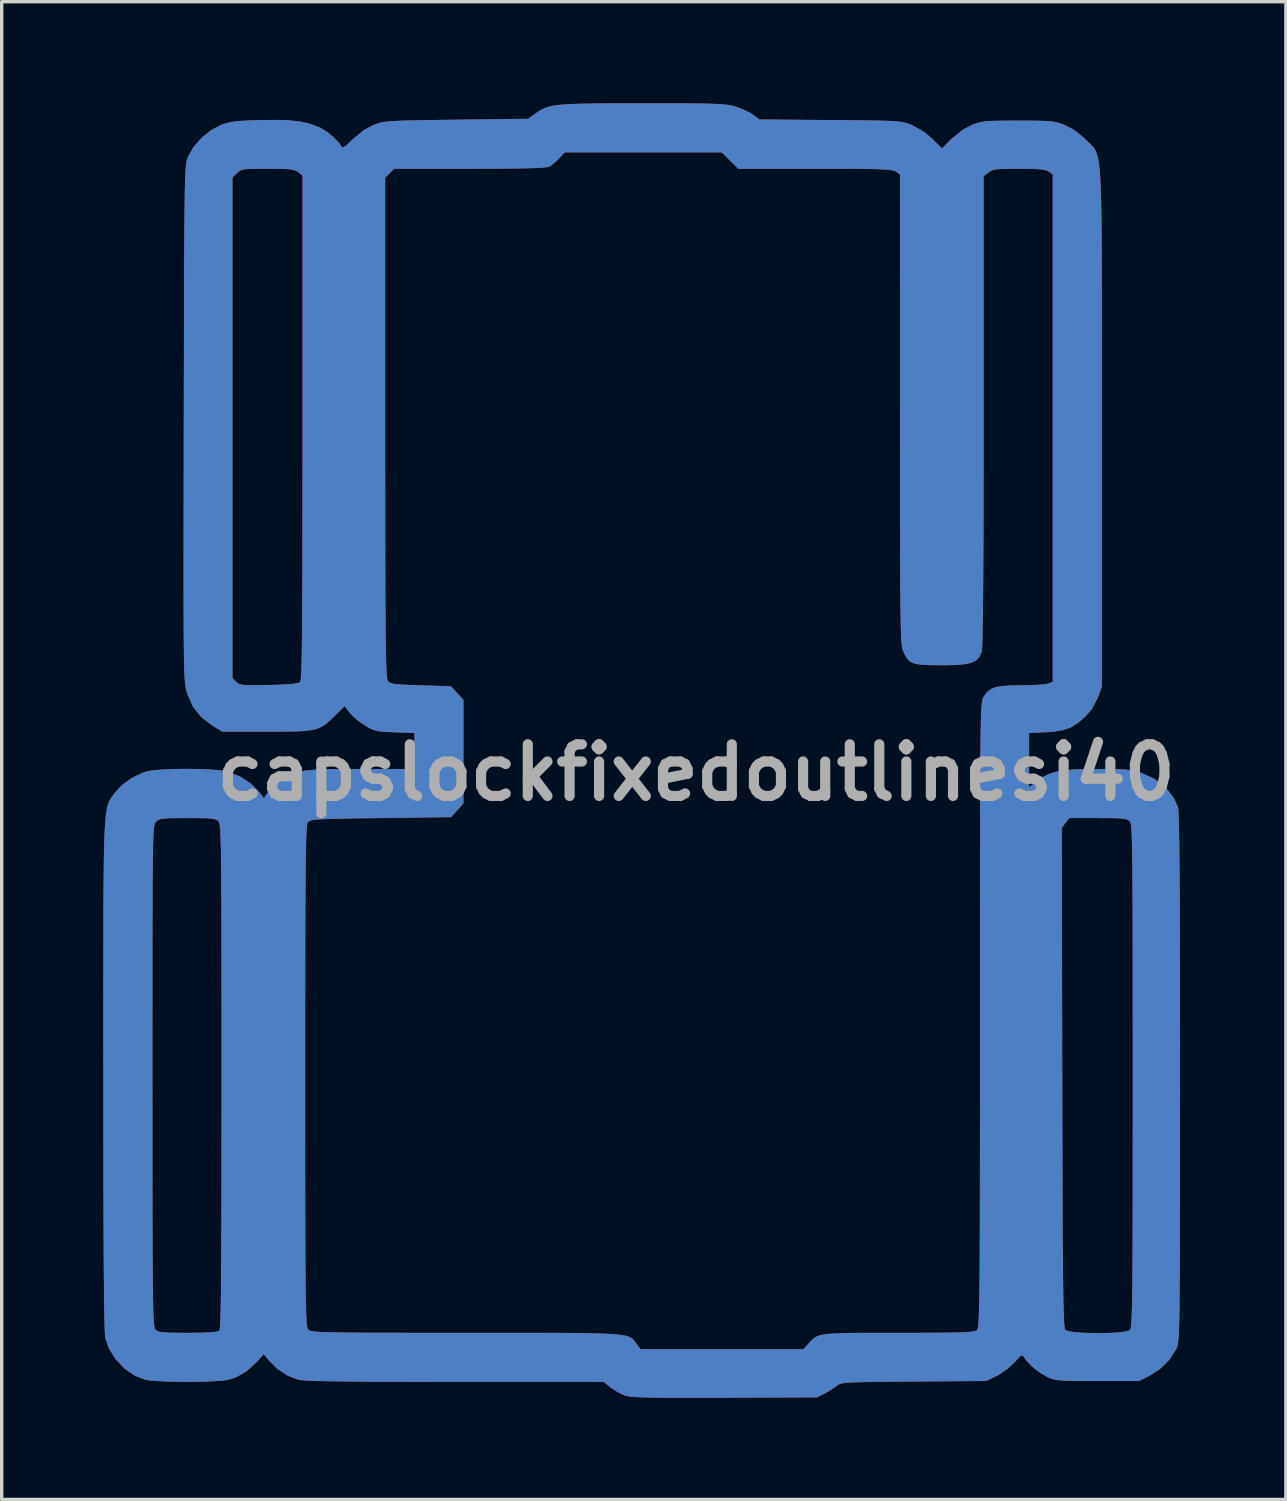
<source format=kicad_pcb>
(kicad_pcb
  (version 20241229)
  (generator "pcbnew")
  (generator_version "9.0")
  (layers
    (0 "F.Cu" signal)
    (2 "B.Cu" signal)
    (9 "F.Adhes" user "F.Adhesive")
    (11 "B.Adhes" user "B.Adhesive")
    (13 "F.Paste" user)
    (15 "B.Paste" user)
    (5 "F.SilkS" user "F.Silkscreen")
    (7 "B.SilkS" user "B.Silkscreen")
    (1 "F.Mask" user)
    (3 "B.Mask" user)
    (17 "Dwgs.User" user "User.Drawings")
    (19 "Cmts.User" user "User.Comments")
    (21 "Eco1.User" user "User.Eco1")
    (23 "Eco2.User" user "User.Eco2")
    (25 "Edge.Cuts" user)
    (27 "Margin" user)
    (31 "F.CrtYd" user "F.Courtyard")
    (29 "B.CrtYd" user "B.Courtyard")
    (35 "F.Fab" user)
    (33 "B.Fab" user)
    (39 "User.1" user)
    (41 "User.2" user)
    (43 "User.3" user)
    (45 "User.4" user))
  (footprint "capslockfixedoutlinesi40"
    (layer "F.Cu")
    (at 17.504 19.76)
    (property "Reference" "capslockfixedoutlinesi40" (at 0 0 0) (layer "F.Fab") (effects (font (size 1.524 1.524) (thickness 0.3))))
    (attr board_only exclude_from_pos_files exclude_from_bom)
    (fp_poly (pts (xy -0.997 -19.76) (xy -0.514 -19.759) (xy -0.117 -19.757) (xy 0.204 -19.753) (xy 0.46 -19.747) (xy 0.661 -19.739) (xy 0.817 -19.728) (xy 0.941 -19.713) (xy 1.041 -19.696) (xy 1.128 -19.674) (xy 1.181 -19.658) (xy 1.39 -19.58) (xy 1.584 -19.485) (xy 1.688 -19.419) (xy 1.867 -19.283) (xy 3.956 -19.266) (xy 4.485 -19.262) (xy 4.918 -19.258) (xy 5.267 -19.253) (xy 5.543 -19.246) (xy 5.757 -19.238) (xy 5.922 -19.227) (xy 6.049 -19.213) (xy 6.148 -19.194) (xy 6.233 -19.171) (xy 6.313 -19.142) (xy 6.366 -19.121) (xy 6.727 -18.921) (xy 6.973 -18.712) (xy 7.257 -18.43) (xy 7.538 -18.711) (xy 7.875 -18.984) (xy 8.14 -19.121) (xy 8.258 -19.165) (xy 8.369 -19.198) (xy 8.492 -19.221) (xy 8.646 -19.236) (xy 8.851 -19.245) (xy 9.123 -19.248) (xy 9.483 -19.249) (xy 9.508 -19.249) (xy 9.874 -19.249) (xy 10.152 -19.245) (xy 10.36 -19.237) (xy 10.518 -19.222) (xy 10.644 -19.199) (xy 10.757 -19.167) (xy 10.876 -19.123) (xy 10.877 -19.122) (xy 11.161 -18.975) (xy 11.431 -18.758) (xy 11.496 -18.693) (xy 11.561 -18.63) (xy 11.62 -18.576) (xy 11.673 -18.526) (xy 11.721 -18.475) (xy 11.764 -18.417) (xy 11.801 -18.347) (xy 11.834 -18.26) (xy 11.863 -18.151) (xy 11.887 -18.013) (xy 11.908 -17.843) (xy 11.926 -17.634) (xy 11.94 -17.381) (xy 11.952 -17.08) (xy 11.961 -16.724) (xy 11.967 -16.308) (xy 11.972 -15.828) (xy 11.976 -15.277) (xy 11.977 -14.651) (xy 11.978 -13.944) (xy 11.979 -13.152) (xy 11.978 -12.267) (xy 11.978 -11.287) (xy 11.978 -10.204) (xy 11.978 -10.171) (xy 11.978 -2.527) (xy 11.863 -2.216) (xy 11.681 -1.871) (xy 11.5 -1.662) (xy 11.274 -1.464) (xy 11.056 -1.329) (xy 10.813 -1.247) (xy 10.514 -1.202) (xy 10.326 -1.19) (xy 9.83 -1.167) (xy 9.83 0.436) (xy 10.034 0.272) (xy 10.206 0.147) (xy 10.385 0.052) (xy 10.587 -0.017) (xy 10.831 -0.063) (xy 11.135 -0.091) (xy 11.516 -0.104) (xy 11.834 -0.106) (xy 12.203 -0.105) (xy 12.484 -0.099) (xy 12.697 -0.087) (xy 12.862 -0.068) (xy 12.998 -0.04) (xy 13.123 -0.002) (xy 13.535 0.186) (xy 13.863 0.439) (xy 14.105 0.753) (xy 14.224 1.016) (xy 14.233 1.071) (xy 14.242 1.184) (xy 14.249 1.358) (xy 14.256 1.596) (xy 14.262 1.903) (xy 14.267 2.282) (xy 14.272 2.736) (xy 14.275 3.27) (xy 14.279 3.888) (xy 14.281 4.592) (xy 14.283 5.386) (xy 14.285 6.275) (xy 14.285 7.262) (xy 14.286 8.351) (xy 14.286 8.99) (xy 14.285 10.059) (xy 14.285 11.026) (xy 14.285 11.896) (xy 14.284 12.675) (xy 14.283 13.367) (xy 14.282 13.979) (xy 14.28 14.514) (xy 14.277 14.98) (xy 14.274 15.38) (xy 14.271 15.721) (xy 14.267 16.007) (xy 14.261 16.243) (xy 14.256 16.436) (xy 14.249 16.591) (xy 14.241 16.712) (xy 14.232 16.805) (xy 14.222 16.875) (xy 14.211 16.928) (xy 14.198 16.968) (xy 14.185 17.002) (xy 14.184 17.004) (xy 13.979 17.332) (xy 13.691 17.615) (xy 13.39 17.806) (xy 13.079 17.964) (xy 11.843 17.964) (xy 11.446 17.963) (xy 11.141 17.961) (xy 10.911 17.956) (xy 10.741 17.946) (xy 10.616 17.93) (xy 10.519 17.907) (xy 10.435 17.876) (xy 10.351 17.837) (xy 10.115 17.696) (xy 9.897 17.521) (xy 9.731 17.342) (xy 9.682 17.267) (xy 9.645 17.215) (xy 9.601 17.213) (xy 9.53 17.272) (xy 9.411 17.402) (xy 9.403 17.411) (xy 9.203 17.597) (xy 8.966 17.763) (xy 8.875 17.813) (xy 8.568 17.964) (xy 6.42 17.98) (xy 5.881 17.984) (xy 5.44 17.989) (xy 5.085 17.994) (xy 4.806 18) (xy 4.594 18.008) (xy 4.438 18.018) (xy 4.328 18.031) (xy 4.254 18.047) (xy 4.204 18.067) (xy 4.17 18.091) (xy 4.165 18.096) (xy 4.052 18.18) (xy 3.892 18.279) (xy 3.815 18.321) (xy 3.574 18.447) (xy 0.835 18.458) (xy 0.205 18.46) (xy -0.327 18.46) (xy -0.769 18.459) (xy -1.131 18.457) (xy -1.421 18.452) (xy -1.649 18.445) (xy -1.823 18.436) (xy -1.952 18.424) (xy -2.045 18.409) (xy -2.111 18.391) (xy -2.118 18.389) (xy -2.301 18.301) (xy -2.488 18.183) (xy -2.531 18.15) (xy -2.73 17.991) (xy -7.112 17.991) (xy -7.992 17.99) (xy -8.769 17.988) (xy -9.446 17.986) (xy -10.028 17.982) (xy -10.519 17.976) (xy -10.922 17.97) (xy -11.242 17.962) (xy -11.483 17.953) (xy -11.648 17.942) (xy -11.742 17.93) (xy -11.747 17.928) (xy -12.066 17.804) (xy -12.372 17.6) (xy -12.607 17.367) (xy -12.767 17.173) (xy -12.974 17.402) (xy -13.267 17.673) (xy -13.579 17.852) (xy -13.809 17.928) (xy -13.968 17.952) (xy -14.211 17.97) (xy -14.514 17.983) (xy -14.853 17.989) (xy -15.205 17.989) (xy -15.545 17.983) (xy -15.851 17.97) (xy -16.098 17.952) (xy -16.261 17.928) (xy -16.581 17.804) (xy -16.882 17.594) (xy -17.141 17.321) (xy -17.337 17.007) (xy -17.445 16.7) (xy -17.454 16.612) (xy -17.463 16.439) (xy -17.47 16.177) (xy -17.477 15.826) (xy -17.483 15.383) (xy -17.488 14.847) (xy -17.493 14.215) (xy -17.496 13.486) (xy -17.499 12.658) (xy -17.501 11.73) (xy -17.503 10.698) (xy -17.503 9.562) (xy -17.503 8.922) (xy -17.503 8.817) (xy -16.054 8.817) (xy -16.054 8.951) (xy -16.053 9.995) (xy -16.053 10.936) (xy -16.053 11.78) (xy -16.052 12.533) (xy -16.051 13.2) (xy -16.049 13.786) (xy -16.047 14.296) (xy -16.044 14.736) (xy -16.041 15.11) (xy -16.037 15.425) (xy -16.032 15.686) (xy -16.027 15.898) (xy -16.02 16.065) (xy -16.013 16.194) (xy -16.004 16.29) (xy -15.995 16.358) (xy -15.984 16.404) (xy -15.973 16.431) (xy -15.965 16.442) (xy -15.921 16.48) (xy -15.856 16.506) (xy -15.753 16.524) (xy -15.595 16.534) (xy -15.366 16.539) (xy -15.047 16.541) (xy -15.009 16.541) (xy -14.633 16.537) (xy -14.359 16.527) (xy -14.179 16.509) (xy -14.087 16.483) (xy -14.077 16.476) (xy -14.068 16.443) (xy -14.059 16.359) (xy -14.052 16.222) (xy -14.045 16.027) (xy -14.038 15.769) (xy -14.033 15.445) (xy -14.028 15.051) (xy -14.025 14.581) (xy -14.021 14.033) (xy -14.018 13.402) (xy -14.016 12.684) (xy -14.015 11.875) (xy -14.014 10.97) (xy -14.013 9.966) (xy -14.013 8.976) (xy -14.013 8.953) (xy -11.543 8.953) (xy -11.543 8.962) (xy -11.543 10.004) (xy -11.542 10.945) (xy -11.542 11.788) (xy -11.541 12.54) (xy -11.54 13.206) (xy -11.538 13.791) (xy -11.536 14.301) (xy -11.533 14.74) (xy -11.53 15.114) (xy -11.526 15.429) (xy -11.521 15.689) (xy -11.516 15.9) (xy -11.509 16.067) (xy -11.502 16.196) (xy -11.494 16.291) (xy -11.484 16.359) (xy -11.473 16.404) (xy -11.462 16.432) (xy -11.454 16.442) (xy -11.434 16.46) (xy -11.405 16.475) (xy -11.358 16.488) (xy -11.287 16.499) (xy -11.185 16.509) (xy -11.046 16.517) (xy -10.863 16.523) (xy -10.628 16.529) (xy -10.335 16.533) (xy -9.977 16.536) (xy -9.547 16.538) (xy -9.038 16.539) (xy -8.444 16.54) (xy -7.758 16.541) (xy -6.972 16.541) (xy -6.807 16.541) (xy -5.98 16.541) (xy -5.253 16.541) (xy -4.62 16.541) (xy -4.074 16.543) (xy -3.607 16.547) (xy -3.214 16.552) (xy -2.888 16.559) (xy -2.621 16.569) (xy -2.406 16.583) (xy -2.237 16.6) (xy -2.108 16.621) (xy -2.01 16.647) (xy -1.938 16.677) (xy -1.884 16.713) (xy -1.842 16.755) (xy -1.805 16.803) (xy -1.765 16.857) (xy -1.765 16.858) (xy -1.642 17.024) (xy 3.17 17.024) (xy 3.318 16.857) (xy 3.386 16.782) (xy 3.449 16.72) (xy 3.518 16.669) (xy 3.604 16.629) (xy 3.717 16.598) (xy 3.866 16.576) (xy 4.063 16.56) (xy 4.319 16.55) (xy 4.642 16.544) (xy 5.044 16.541) (xy 5.535 16.541) (xy 5.984 16.541) (xy 6.539 16.54) (xy 6.996 16.539) (xy 7.365 16.536) (xy 7.656 16.532) (xy 7.878 16.525) (xy 8.042 16.516) (xy 8.156 16.504) (xy 8.231 16.489) (xy 8.277 16.47) (xy 8.295 16.456) (xy 8.306 16.438) (xy 8.316 16.403) (xy 8.325 16.346) (xy 8.333 16.263) (xy 8.34 16.15) (xy 8.347 16) (xy 8.352 15.81) (xy 8.357 15.575) (xy 8.362 15.291) (xy 8.366 14.952) (xy 8.369 14.554) (xy 8.372 14.092) (xy 8.374 13.561) (xy 8.376 12.958) (xy 8.377 12.277) (xy 8.378 11.513) (xy 8.379 10.662) (xy 8.38 9.72) (xy 8.38 8.68) (xy 8.38 7.54) (xy 8.38 7.153) (xy 8.38 5.987) (xy 8.38 4.923) (xy 8.38 3.957) (xy 8.381 3.084) (xy 8.382 2.299) (xy 8.383 1.628) (xy 10.795 1.628) (xy 10.809 8.996) (xy 10.811 10.056) (xy 10.814 11.014) (xy 10.816 11.874) (xy 10.819 12.642) (xy 10.822 13.322) (xy 10.825 13.919) (xy 10.829 14.439) (xy 10.833 14.886) (xy 10.838 15.266) (xy 10.843 15.582) (xy 10.849 15.841) (xy 10.856 16.047) (xy 10.863 16.204) (xy 10.871 16.319) (xy 10.881 16.396) (xy 10.891 16.44) (xy 10.897 16.452) (xy 10.981 16.489) (xy 11.149 16.517) (xy 11.38 16.537) (xy 11.649 16.548) (xy 11.934 16.551) (xy 12.213 16.544) (xy 12.463 16.529) (xy 12.661 16.504) (xy 12.784 16.471) (xy 12.806 16.456) (xy 12.818 16.437) (xy 12.829 16.4) (xy 12.839 16.34) (xy 12.847 16.252) (xy 12.855 16.131) (xy 12.861 15.971) (xy 12.867 15.768) (xy 12.872 15.516) (xy 12.877 15.209) (xy 12.88 14.844) (xy 12.883 14.413) (xy 12.885 13.913) (xy 12.887 13.338) (xy 12.889 12.682) (xy 12.89 11.941) (xy 12.89 11.109) (xy 12.891 10.181) (xy 12.891 9.152) (xy 12.891 8.956) (xy 12.891 7.911) (xy 12.89 6.968) (xy 12.89 6.122) (xy 12.889 5.367) (xy 12.888 4.699) (xy 12.886 4.112) (xy 12.884 3.6) (xy 12.881 3.159) (xy 12.878 2.783) (xy 12.874 2.466) (xy 12.869 2.204) (xy 12.864 1.992) (xy 12.857 1.823) (xy 12.85 1.693) (xy 12.842 1.596) (xy 12.832 1.528) (xy 12.822 1.482) (xy 12.81 1.453) (xy 12.802 1.442) (xy 12.757 1.404) (xy 12.692 1.378) (xy 12.587 1.36) (xy 12.427 1.35) (xy 12.195 1.345) (xy 11.872 1.344) (xy 11.866 1.344) (xy 11.019 1.344) (xy 10.907 1.486) (xy 10.795 1.628) (xy 8.383 1.628) (xy 8.383 1.598) (xy 8.384 0.975) (xy 8.386 0.425) (xy 8.388 -0.055) (xy 8.39 -0.472) (xy 8.394 -0.829) (xy 8.397 -1.132) (xy 8.402 -1.386) (xy 8.407 -1.594) (xy 8.413 -1.763) (xy 8.42 -1.897) (xy 8.428 -2) (xy 8.436 -2.078) (xy 8.446 -2.136) (xy 8.457 -2.177) (xy 8.468 -2.208) (xy 8.481 -2.232) (xy 8.485 -2.238) (xy 8.579 -2.368) (xy 8.691 -2.46) (xy 8.839 -2.521) (xy 9.042 -2.557) (xy 9.32 -2.574) (xy 9.582 -2.576) (xy 9.852 -2.581) (xy 10.095 -2.592) (xy 10.282 -2.608) (xy 10.389 -2.629) (xy 10.39 -2.629) (xy 10.528 -2.681) (xy 10.528 -17.66) (xy 10.409 -17.744) (xy 10.335 -17.779) (xy 10.222 -17.803) (xy 10.05 -17.818) (xy 9.803 -17.826) (xy 9.53 -17.827) (xy 9.224 -17.826) (xy 9.007 -17.82) (xy 8.857 -17.808) (xy 8.755 -17.786) (xy 8.681 -17.752) (xy 8.629 -17.716) (xy 8.487 -17.605) (xy 8.487 -10.662) (xy 8.487 -9.536) (xy 8.486 -8.514) (xy 8.484 -7.595) (xy 8.482 -6.777) (xy 8.478 -6.057) (xy 8.474 -5.432) (xy 8.469 -4.901) (xy 8.464 -4.462) (xy 8.457 -4.111) (xy 8.45 -3.847) (xy 8.442 -3.667) (xy 8.432 -3.569) (xy 8.429 -3.553) (xy 8.365 -3.416) (xy 8.272 -3.314) (xy 8.135 -3.244) (xy 7.938 -3.199) (xy 7.667 -3.175) (xy 7.307 -3.167) (xy 7.244 -3.167) (xy 6.901 -3.17) (xy 6.647 -3.183) (xy 6.465 -3.212) (xy 6.337 -3.263) (xy 6.245 -3.343) (xy 6.171 -3.458) (xy 6.12 -3.564) (xy 6.105 -3.599) (xy 6.092 -3.641) (xy 6.081 -3.696) (xy 6.07 -3.769) (xy 6.061 -3.865) (xy 6.053 -3.991) (xy 6.046 -4.152) (xy 6.04 -4.353) (xy 6.035 -4.601) (xy 6.031 -4.901) (xy 6.028 -5.258) (xy 6.025 -5.678) (xy 6.023 -6.167) (xy 6.021 -6.73) (xy 6.02 -7.374) (xy 6.019 -8.102) (xy 6.019 -8.923) (xy 6.018 -9.84) (xy 6.018 -10.722) (xy 6.017 -17.66) (xy 5.898 -17.744) (xy 5.857 -17.764) (xy 5.792 -17.781) (xy 5.694 -17.795) (xy 5.553 -17.806) (xy 5.358 -17.814) (xy 5.101 -17.82) (xy 4.772 -17.824) (xy 4.36 -17.826) (xy 3.857 -17.827) (xy 3.511 -17.827) (xy 1.244 -17.827) (xy 0.999 -18.069) (xy 0.754 -18.311) (xy -3.878 -18.311) (xy -4.048 -18.13) (xy -4.178 -18.005) (xy -4.3 -17.909) (xy -4.333 -17.889) (xy -4.405 -17.872) (xy -4.558 -17.858) (xy -4.794 -17.846) (xy -5.119 -17.838) (xy -5.538 -17.832) (xy -6.055 -17.828) (xy -6.674 -17.827) (xy -8.916 -17.827) (xy -9.048 -17.695) (xy -9.18 -17.564) (xy -9.18 -10.188) (xy -9.18 -9.132) (xy -9.179 -8.178) (xy -9.179 -7.322) (xy -9.178 -6.558) (xy -9.176 -5.881) (xy -9.174 -5.286) (xy -9.171 -4.768) (xy -9.168 -4.322) (xy -9.164 -3.943) (xy -9.16 -3.625) (xy -9.154 -3.364) (xy -9.148 -3.155) (xy -9.141 -2.993) (xy -9.133 -2.872) (xy -9.124 -2.787) (xy -9.115 -2.734) (xy -9.104 -2.708) (xy -9.066 -2.669) (xy -9.008 -2.64) (xy -8.913 -2.618) (xy -8.765 -2.603) (xy -8.547 -2.591) (xy -8.243 -2.58) (xy -8.133 -2.576) (xy -7.238 -2.55) (xy -7.055 -2.349) (xy -6.871 -2.148) (xy -6.871 0.916) (xy -7.055 1.116) (xy -7.238 1.317) (xy -9.314 1.344) (xy -9.842 1.351) (xy -10.273 1.357) (xy -10.616 1.364) (xy -10.884 1.371) (xy -11.085 1.38) (xy -11.231 1.391) (xy -11.331 1.405) (xy -11.396 1.422) (xy -11.436 1.443) (xy -11.462 1.468) (xy -11.467 1.475) (xy -11.478 1.502) (xy -11.487 1.555) (xy -11.496 1.64) (xy -11.504 1.761) (xy -11.511 1.923) (xy -11.517 2.132) (xy -11.522 2.393) (xy -11.527 2.71) (xy -11.531 3.089) (xy -11.534 3.535) (xy -11.537 4.053) (xy -11.539 4.648) (xy -11.54 5.324) (xy -11.541 6.088) (xy -11.542 6.944) (xy -11.543 7.897) (xy -11.543 8.953) (xy -14.013 8.953) (xy -14.013 7.929) (xy -14.013 6.985) (xy -14.014 6.138) (xy -14.015 5.382) (xy -14.016 4.712) (xy -14.017 4.123) (xy -14.019 3.61) (xy -14.022 3.168) (xy -14.025 2.79) (xy -14.029 2.473) (xy -14.034 2.21) (xy -14.04 1.996) (xy -14.046 1.826) (xy -14.053 1.696) (xy -14.062 1.598) (xy -14.071 1.529) (xy -14.082 1.483) (xy -14.093 1.454) (xy -14.102 1.442) (xy -14.147 1.404) (xy -14.214 1.377) (xy -14.32 1.359) (xy -14.482 1.349) (xy -14.719 1.345) (xy -15.015 1.344) (xy -15.333 1.345) (xy -15.561 1.349) (xy -15.718 1.36) (xy -15.821 1.378) (xy -15.89 1.405) (xy -15.94 1.445) (xy -15.946 1.451) (xy -15.961 1.468) (xy -15.975 1.489) (xy -15.987 1.52) (xy -15.998 1.568) (xy -16.008 1.636) (xy -16.016 1.73) (xy -16.023 1.856) (xy -16.03 2.019) (xy -16.035 2.225) (xy -16.039 2.478) (xy -16.043 2.785) (xy -16.046 3.15) (xy -16.049 3.578) (xy -16.05 4.076) (xy -16.052 4.649) (xy -16.053 5.301) (xy -16.053 6.039) (xy -16.053 6.867) (xy -16.054 7.792) (xy -16.054 8.817) (xy -17.503 8.817) (xy -17.504 7.852) (xy -17.504 6.883) (xy -17.503 6.011) (xy -17.503 5.231) (xy -17.502 4.536) (xy -17.5 3.921) (xy -17.497 3.382) (xy -17.492 2.912) (xy -17.487 2.506) (xy -17.479 2.159) (xy -17.47 1.865) (xy -17.458 1.62) (xy -17.444 1.417) (xy -17.428 1.251) (xy -17.409 1.117) (xy -17.387 1.01) (xy -17.361 0.923) (xy -17.333 0.853) (xy -17.301 0.792) (xy -17.265 0.736) (xy -17.225 0.68) (xy -17.18 0.617) (xy -17.177 0.613) (xy -16.961 0.374) (xy -16.673 0.164) (xy -16.349 0.007) (xy -16.248 -0.027) (xy -16.06 -0.063) (xy -15.791 -0.089) (xy -15.466 -0.105) (xy -15.109 -0.111) (xy -14.746 -0.107) (xy -14.402 -0.094) (xy -14.102 -0.071) (xy -13.872 -0.038) (xy -13.796 -0.02) (xy -13.445 0.126) (xy -13.132 0.336) (xy -12.906 0.568) (xy -12.763 0.756) (xy -12.639 0.573) (xy -12.52 0.437) (xy -12.355 0.291) (xy -12.259 0.222) (xy -12.12 0.133) (xy -11.987 0.062) (xy -11.847 0.007) (xy -11.686 -0.035) (xy -11.49 -0.065) (xy -11.247 -0.085) (xy -10.942 -0.098) (xy -10.562 -0.104) (xy -10.094 -0.106) (xy -9.895 -0.106) (xy -8.321 -0.106) (xy -8.321 -1.168) (xy -8.901 -1.188) (xy -9.163 -1.199) (xy -9.348 -1.215) (xy -9.486 -1.244) (xy -9.606 -1.291) (xy -9.738 -1.364) (xy -9.784 -1.392) (xy -9.971 -1.522) (xy -10.141 -1.668) (xy -10.232 -1.769) (xy -10.378 -1.962) (xy -10.651 -1.69) (xy -10.796 -1.55) (xy -10.922 -1.44) (xy -11.047 -1.356) (xy -11.185 -1.295) (xy -11.352 -1.254) (xy -11.564 -1.228) (xy -11.834 -1.214) (xy -12.18 -1.208) (xy -12.616 -1.207) (xy -12.673 -1.207) (xy -13.99 -1.207) (xy -14.292 -1.39) (xy -14.615 -1.637) (xy -14.855 -1.94) (xy -15.022 -2.315) (xy -15.037 -2.361) (xy -15.051 -2.412) (xy -15.065 -2.465) (xy -15.076 -2.527) (xy -15.087 -2.603) (xy -15.096 -2.698) (xy -15.105 -2.818) (xy -15.112 -2.968) (xy -15.117 -3.153) (xy -15.122 -3.38) (xy -15.126 -3.654) (xy -15.13 -3.979) (xy -15.132 -4.362) (xy -15.133 -4.808) (xy -15.134 -5.322) (xy -15.134 -5.91) (xy -15.134 -6.578) (xy -15.133 -7.33) (xy -15.132 -8.173) (xy -15.13 -9.111) (xy -15.129 -10.15) (xy -15.128 -10.309) (xy -15.126 -11.363) (xy -15.124 -12.316) (xy -15.122 -13.171) (xy -15.12 -13.936) (xy -15.118 -14.614) (xy -15.116 -15.212) (xy -15.113 -15.736) (xy -15.11 -16.189) (xy -15.106 -16.578) (xy -15.102 -16.909) (xy -15.097 -17.186) (xy -15.091 -17.415) (xy -15.086 -17.564) (xy -13.691 -17.564) (xy -13.691 -2.791) (xy -13.58 -2.68) (xy -13.532 -2.639) (xy -13.473 -2.609) (xy -13.385 -2.591) (xy -13.252 -2.582) (xy -13.055 -2.58) (xy -12.776 -2.583) (xy -12.616 -2.586) (xy -12.252 -2.597) (xy -11.986 -2.612) (xy -11.809 -2.633) (xy -11.712 -2.66) (xy -11.693 -2.673) (xy -11.683 -2.701) (xy -11.674 -2.765) (xy -11.666 -2.87) (xy -11.658 -3.022) (xy -11.652 -3.225) (xy -11.646 -3.483) (xy -11.641 -3.801) (xy -11.637 -4.185) (xy -11.633 -4.638) (xy -11.631 -5.165) (xy -11.628 -5.772) (xy -11.626 -6.462) (xy -11.625 -7.241) (xy -11.624 -8.113) (xy -11.623 -9.083) (xy -11.623 -10.155) (xy -11.623 -17.622) (xy -11.75 -17.725) (xy -11.812 -17.765) (xy -11.892 -17.794) (xy -12.009 -17.812) (xy -12.183 -17.822) (xy -12.432 -17.827) (xy -12.652 -17.827) (xy -12.956 -17.826) (xy -13.172 -17.822) (xy -13.319 -17.812) (xy -13.416 -17.793) (xy -13.483 -17.762) (xy -13.538 -17.716) (xy -13.559 -17.695) (xy -13.691 -17.564) (xy -15.086 -17.564) (xy -15.085 -17.602) (xy -15.078 -17.751) (xy -15.069 -17.869) (xy -15.06 -17.96) (xy -15.049 -18.03) (xy -15.037 -18.084) (xy -15.024 -18.129) (xy -15.01 -18.168) (xy -15.006 -18.176) (xy -14.84 -18.472) (xy -14.596 -18.749) (xy -14.304 -18.979) (xy -14.038 -19.118) (xy -13.902 -19.166) (xy -13.765 -19.201) (xy -13.605 -19.227) (xy -13.4 -19.244) (xy -13.129 -19.257) (xy -12.827 -19.265) (xy -12.374 -19.27) (xy -12.007 -19.257) (xy -11.704 -19.224) (xy -11.443 -19.167) (xy -11.204 -19.084) (xy -11.074 -19.026) (xy -10.892 -18.915) (xy -10.705 -18.761) (xy -10.55 -18.599) (xy -10.486 -18.507) (xy -10.452 -18.464) (xy -10.404 -18.466) (xy -10.324 -18.523) (xy -10.196 -18.645) (xy -10.14 -18.7) (xy -9.814 -18.969) (xy -9.527 -19.12) (xy -9.444 -19.153) (xy -9.363 -19.179) (xy -9.274 -19.201) (xy -9.164 -19.218) (xy -9.023 -19.231) (xy -8.838 -19.242) (xy -8.599 -19.251) (xy -8.295 -19.258) (xy -7.913 -19.265) (xy -7.443 -19.272) (xy -7.086 -19.276) (xy -4.965 -19.304) (xy -4.755 -19.452) (xy -4.654 -19.521) (xy -4.556 -19.579) (xy -4.451 -19.627) (xy -4.328 -19.665) (xy -4.179 -19.696) (xy -3.991 -19.719) (xy -3.757 -19.736) (xy -3.464 -19.747) (xy -3.104 -19.754) (xy -2.666 -19.758) (xy -2.14 -19.76) (xy -1.576 -19.76)) (stroke (width 0) (type solid)) (fill yes) (layer "F.Cu"))
    (fp_poly (pts (xy -0.997 -19.76) (xy -0.514 -19.759) (xy -0.117 -19.757) (xy 0.204 -19.753) (xy 0.46 -19.747) (xy 0.661 -19.739) (xy 0.817 -19.728) (xy 0.941 -19.713) (xy 1.041 -19.696) (xy 1.128 -19.674) (xy 1.181 -19.658) (xy 1.39 -19.58) (xy 1.584 -19.485) (xy 1.688 -19.419) (xy 1.867 -19.283) (xy 3.956 -19.266) (xy 4.485 -19.262) (xy 4.918 -19.258) (xy 5.267 -19.253) (xy 5.543 -19.246) (xy 5.757 -19.238) (xy 5.922 -19.227) (xy 6.049 -19.213) (xy 6.148 -19.194) (xy 6.233 -19.171) (xy 6.313 -19.142) (xy 6.366 -19.121) (xy 6.727 -18.921) (xy 6.973 -18.712) (xy 7.257 -18.43) (xy 7.538 -18.711) (xy 7.875 -18.984) (xy 8.14 -19.121) (xy 8.258 -19.165) (xy 8.369 -19.198) (xy 8.492 -19.221) (xy 8.646 -19.236) (xy 8.851 -19.245) (xy 9.123 -19.248) (xy 9.483 -19.249) (xy 9.508 -19.249) (xy 9.874 -19.249) (xy 10.152 -19.245) (xy 10.36 -19.237) (xy 10.518 -19.222) (xy 10.644 -19.199) (xy 10.757 -19.167) (xy 10.876 -19.123) (xy 10.877 -19.122) (xy 11.161 -18.975) (xy 11.431 -18.758) (xy 11.496 -18.693) (xy 11.561 -18.63) (xy 11.62 -18.576) (xy 11.673 -18.526) (xy 11.721 -18.475) (xy 11.764 -18.417) (xy 11.801 -18.347) (xy 11.834 -18.26) (xy 11.863 -18.151) (xy 11.887 -18.013) (xy 11.908 -17.843) (xy 11.926 -17.634) (xy 11.94 -17.381) (xy 11.952 -17.08) (xy 11.961 -16.724) (xy 11.967 -16.308) (xy 11.972 -15.828) (xy 11.976 -15.277) (xy 11.977 -14.651) (xy 11.978 -13.944) (xy 11.979 -13.152) (xy 11.978 -12.267) (xy 11.978 -11.287) (xy 11.978 -10.204) (xy 11.978 -10.171) (xy 11.978 -2.527) (xy 11.863 -2.216) (xy 11.681 -1.871) (xy 11.5 -1.662) (xy 11.274 -1.464) (xy 11.056 -1.329) (xy 10.813 -1.247) (xy 10.514 -1.202) (xy 10.326 -1.19) (xy 9.83 -1.167) (xy 9.83 0.436) (xy 10.034 0.272) (xy 10.206 0.147) (xy 10.385 0.052) (xy 10.587 -0.017) (xy 10.831 -0.063) (xy 11.135 -0.091) (xy 11.516 -0.104) (xy 11.834 -0.106) (xy 12.203 -0.105) (xy 12.484 -0.099) (xy 12.697 -0.087) (xy 12.862 -0.068) (xy 12.998 -0.04) (xy 13.123 -0.002) (xy 13.535 0.186) (xy 13.863 0.439) (xy 14.105 0.753) (xy 14.224 1.016) (xy 14.233 1.071) (xy 14.242 1.184) (xy 14.249 1.358) (xy 14.256 1.596) (xy 14.262 1.903) (xy 14.267 2.282) (xy 14.272 2.736) (xy 14.275 3.27) (xy 14.279 3.888) (xy 14.281 4.592) (xy 14.283 5.386) (xy 14.285 6.275) (xy 14.285 7.262) (xy 14.286 8.351) (xy 14.286 8.99) (xy 14.285 10.059) (xy 14.285 11.026) (xy 14.285 11.896) (xy 14.284 12.675) (xy 14.283 13.367) (xy 14.282 13.979) (xy 14.28 14.514) (xy 14.277 14.98) (xy 14.274 15.38) (xy 14.271 15.721) (xy 14.267 16.007) (xy 14.261 16.243) (xy 14.256 16.436) (xy 14.249 16.591) (xy 14.241 16.712) (xy 14.232 16.805) (xy 14.222 16.875) (xy 14.211 16.928) (xy 14.198 16.968) (xy 14.185 17.002) (xy 14.184 17.004) (xy 13.979 17.332) (xy 13.691 17.615) (xy 13.39 17.806) (xy 13.079 17.964) (xy 11.843 17.964) (xy 11.446 17.963) (xy 11.141 17.961) (xy 10.911 17.956) (xy 10.741 17.946) (xy 10.616 17.93) (xy 10.519 17.907) (xy 10.435 17.876) (xy 10.351 17.837) (xy 10.115 17.696) (xy 9.897 17.521) (xy 9.731 17.342) (xy 9.682 17.267) (xy 9.645 17.215) (xy 9.601 17.213) (xy 9.53 17.272) (xy 9.411 17.402) (xy 9.403 17.411) (xy 9.203 17.597) (xy 8.966 17.763) (xy 8.875 17.813) (xy 8.568 17.964) (xy 6.42 17.98) (xy 5.881 17.984) (xy 5.44 17.989) (xy 5.085 17.994) (xy 4.806 18) (xy 4.594 18.008) (xy 4.438 18.018) (xy 4.328 18.031) (xy 4.254 18.047) (xy 4.204 18.067) (xy 4.17 18.091) (xy 4.165 18.096) (xy 4.052 18.18) (xy 3.892 18.279) (xy 3.815 18.321) (xy 3.574 18.447) (xy 0.835 18.458) (xy 0.205 18.46) (xy -0.327 18.46) (xy -0.769 18.459) (xy -1.131 18.457) (xy -1.421 18.452) (xy -1.649 18.445) (xy -1.823 18.436) (xy -1.952 18.424) (xy -2.045 18.409) (xy -2.111 18.391) (xy -2.118 18.389) (xy -2.301 18.301) (xy -2.488 18.183) (xy -2.531 18.15) (xy -2.73 17.991) (xy -7.112 17.991) (xy -7.992 17.99) (xy -8.769 17.988) (xy -9.446 17.986) (xy -10.028 17.982) (xy -10.519 17.976) (xy -10.922 17.97) (xy -11.242 17.962) (xy -11.483 17.953) (xy -11.648 17.942) (xy -11.742 17.93) (xy -11.747 17.928) (xy -12.066 17.804) (xy -12.372 17.6) (xy -12.607 17.367) (xy -12.767 17.173) (xy -12.974 17.402) (xy -13.267 17.673) (xy -13.579 17.852) (xy -13.809 17.928) (xy -13.968 17.952) (xy -14.211 17.97) (xy -14.514 17.983) (xy -14.853 17.989) (xy -15.205 17.989) (xy -15.545 17.983) (xy -15.851 17.97) (xy -16.098 17.952) (xy -16.261 17.928) (xy -16.581 17.804) (xy -16.882 17.594) (xy -17.141 17.321) (xy -17.337 17.007) (xy -17.445 16.7) (xy -17.454 16.612) (xy -17.463 16.439) (xy -17.47 16.177) (xy -17.477 15.826) (xy -17.483 15.383) (xy -17.488 14.847) (xy -17.493 14.215) (xy -17.496 13.486) (xy -17.499 12.658) (xy -17.501 11.73) (xy -17.503 10.698) (xy -17.503 9.562) (xy -17.503 8.922) (xy -17.503 8.817) (xy -16.054 8.817) (xy -16.054 8.951) (xy -16.053 9.995) (xy -16.053 10.936) (xy -16.053 11.78) (xy -16.052 12.533) (xy -16.051 13.2) (xy -16.049 13.786) (xy -16.047 14.296) (xy -16.044 14.736) (xy -16.041 15.11) (xy -16.037 15.425) (xy -16.032 15.686) (xy -16.027 15.898) (xy -16.02 16.065) (xy -16.013 16.194) (xy -16.004 16.29) (xy -15.995 16.358) (xy -15.984 16.404) (xy -15.973 16.431) (xy -15.965 16.442) (xy -15.921 16.48) (xy -15.856 16.506) (xy -15.753 16.524) (xy -15.595 16.534) (xy -15.366 16.539) (xy -15.047 16.541) (xy -15.009 16.541) (xy -14.633 16.537) (xy -14.359 16.527) (xy -14.179 16.509) (xy -14.087 16.483) (xy -14.077 16.476) (xy -14.068 16.443) (xy -14.059 16.359) (xy -14.052 16.222) (xy -14.045 16.027) (xy -14.038 15.769) (xy -14.033 15.445) (xy -14.028 15.051) (xy -14.025 14.581) (xy -14.021 14.033) (xy -14.018 13.402) (xy -14.016 12.684) (xy -14.015 11.875) (xy -14.014 10.97) (xy -14.013 9.966) (xy -14.013 8.976) (xy -14.013 8.953) (xy -11.543 8.953) (xy -11.543 8.962) (xy -11.543 10.004) (xy -11.542 10.945) (xy -11.542 11.788) (xy -11.541 12.54) (xy -11.54 13.206) (xy -11.538 13.791) (xy -11.536 14.301) (xy -11.533 14.74) (xy -11.53 15.114) (xy -11.526 15.429) (xy -11.521 15.689) (xy -11.516 15.9) (xy -11.509 16.067) (xy -11.502 16.196) (xy -11.494 16.291) (xy -11.484 16.359) (xy -11.473 16.404) (xy -11.462 16.432) (xy -11.454 16.442) (xy -11.434 16.46) (xy -11.405 16.475) (xy -11.358 16.488) (xy -11.287 16.499) (xy -11.185 16.509) (xy -11.046 16.517) (xy -10.863 16.523) (xy -10.628 16.529) (xy -10.335 16.533) (xy -9.977 16.536) (xy -9.547 16.538) (xy -9.038 16.539) (xy -8.444 16.54) (xy -7.758 16.541) (xy -6.972 16.541) (xy -6.807 16.541) (xy -5.98 16.541) (xy -5.253 16.541) (xy -4.62 16.541) (xy -4.074 16.543) (xy -3.607 16.547) (xy -3.214 16.552) (xy -2.888 16.559) (xy -2.621 16.569) (xy -2.406 16.583) (xy -2.237 16.6) (xy -2.108 16.621) (xy -2.01 16.647) (xy -1.938 16.677) (xy -1.884 16.713) (xy -1.842 16.755) (xy -1.805 16.803) (xy -1.765 16.857) (xy -1.765 16.858) (xy -1.642 17.024) (xy 3.17 17.024) (xy 3.318 16.857) (xy 3.386 16.782) (xy 3.449 16.72) (xy 3.518 16.669) (xy 3.604 16.629) (xy 3.717 16.598) (xy 3.866 16.576) (xy 4.063 16.56) (xy 4.319 16.55) (xy 4.642 16.544) (xy 5.044 16.541) (xy 5.535 16.541) (xy 5.984 16.541) (xy 6.539 16.54) (xy 6.996 16.539) (xy 7.365 16.536) (xy 7.656 16.532) (xy 7.878 16.525) (xy 8.042 16.516) (xy 8.156 16.504) (xy 8.231 16.489) (xy 8.277 16.47) (xy 8.295 16.456) (xy 8.306 16.438) (xy 8.316 16.403) (xy 8.325 16.346) (xy 8.333 16.263) (xy 8.34 16.15) (xy 8.347 16) (xy 8.352 15.81) (xy 8.357 15.575) (xy 8.362 15.291) (xy 8.366 14.952) (xy 8.369 14.554) (xy 8.372 14.092) (xy 8.374 13.561) (xy 8.376 12.958) (xy 8.377 12.277) (xy 8.378 11.513) (xy 8.379 10.662) (xy 8.38 9.72) (xy 8.38 8.68) (xy 8.38 7.54) (xy 8.38 7.153) (xy 8.38 5.987) (xy 8.38 4.923) (xy 8.38 3.957) (xy 8.381 3.084) (xy 8.382 2.299) (xy 8.383 1.628) (xy 10.795 1.628) (xy 10.809 8.996) (xy 10.811 10.056) (xy 10.814 11.014) (xy 10.816 11.874) (xy 10.819 12.642) (xy 10.822 13.322) (xy 10.825 13.919) (xy 10.829 14.439) (xy 10.833 14.886) (xy 10.838 15.266) (xy 10.843 15.582) (xy 10.849 15.841) (xy 10.856 16.047) (xy 10.863 16.204) (xy 10.871 16.319) (xy 10.881 16.396) (xy 10.891 16.44) (xy 10.897 16.452) (xy 10.981 16.489) (xy 11.149 16.517) (xy 11.38 16.537) (xy 11.649 16.548) (xy 11.934 16.551) (xy 12.213 16.544) (xy 12.463 16.529) (xy 12.661 16.504) (xy 12.784 16.471) (xy 12.806 16.456) (xy 12.818 16.437) (xy 12.829 16.4) (xy 12.839 16.34) (xy 12.847 16.252) (xy 12.855 16.131) (xy 12.861 15.971) (xy 12.867 15.768) (xy 12.872 15.516) (xy 12.877 15.209) (xy 12.88 14.844) (xy 12.883 14.413) (xy 12.885 13.913) (xy 12.887 13.338) (xy 12.889 12.682) (xy 12.89 11.941) (xy 12.89 11.109) (xy 12.891 10.181) (xy 12.891 9.152) (xy 12.891 8.956) (xy 12.891 7.911) (xy 12.89 6.968) (xy 12.89 6.122) (xy 12.889 5.367) (xy 12.888 4.699) (xy 12.886 4.112) (xy 12.884 3.6) (xy 12.881 3.159) (xy 12.878 2.783) (xy 12.874 2.466) (xy 12.869 2.204) (xy 12.864 1.992) (xy 12.857 1.823) (xy 12.85 1.693) (xy 12.842 1.596) (xy 12.832 1.528) (xy 12.822 1.482) (xy 12.81 1.453) (xy 12.802 1.442) (xy 12.757 1.404) (xy 12.692 1.378) (xy 12.587 1.36) (xy 12.427 1.35) (xy 12.195 1.345) (xy 11.872 1.344) (xy 11.866 1.344) (xy 11.019 1.344) (xy 10.907 1.486) (xy 10.795 1.628) (xy 8.383 1.628) (xy 8.383 1.598) (xy 8.384 0.975) (xy 8.386 0.425) (xy 8.388 -0.055) (xy 8.39 -0.472) (xy 8.394 -0.829) (xy 8.397 -1.132) (xy 8.402 -1.386) (xy 8.407 -1.594) (xy 8.413 -1.763) (xy 8.42 -1.897) (xy 8.428 -2) (xy 8.436 -2.078) (xy 8.446 -2.136) (xy 8.457 -2.177) (xy 8.468 -2.208) (xy 8.481 -2.232) (xy 8.485 -2.238) (xy 8.579 -2.368) (xy 8.691 -2.46) (xy 8.839 -2.521) (xy 9.042 -2.557) (xy 9.32 -2.574) (xy 9.582 -2.576) (xy 9.852 -2.581) (xy 10.095 -2.592) (xy 10.282 -2.608) (xy 10.389 -2.629) (xy 10.39 -2.629) (xy 10.528 -2.681) (xy 10.528 -17.66) (xy 10.409 -17.744) (xy 10.335 -17.779) (xy 10.222 -17.803) (xy 10.05 -17.818) (xy 9.803 -17.826) (xy 9.53 -17.827) (xy 9.224 -17.826) (xy 9.007 -17.82) (xy 8.857 -17.808) (xy 8.755 -17.786) (xy 8.681 -17.752) (xy 8.629 -17.716) (xy 8.487 -17.605) (xy 8.487 -10.662) (xy 8.487 -9.536) (xy 8.486 -8.514) (xy 8.484 -7.595) (xy 8.482 -6.777) (xy 8.478 -6.057) (xy 8.474 -5.432) (xy 8.469 -4.901) (xy 8.464 -4.462) (xy 8.457 -4.111) (xy 8.45 -3.847) (xy 8.442 -3.667) (xy 8.432 -3.569) (xy 8.429 -3.553) (xy 8.365 -3.416) (xy 8.272 -3.314) (xy 8.135 -3.244) (xy 7.938 -3.199) (xy 7.667 -3.175) (xy 7.307 -3.167) (xy 7.244 -3.167) (xy 6.901 -3.17) (xy 6.647 -3.183) (xy 6.465 -3.212) (xy 6.337 -3.263) (xy 6.245 -3.343) (xy 6.171 -3.458) (xy 6.12 -3.564) (xy 6.105 -3.599) (xy 6.092 -3.641) (xy 6.081 -3.696) (xy 6.07 -3.769) (xy 6.061 -3.865) (xy 6.053 -3.991) (xy 6.046 -4.152) (xy 6.04 -4.353) (xy 6.035 -4.601) (xy 6.031 -4.901) (xy 6.028 -5.258) (xy 6.025 -5.678) (xy 6.023 -6.167) (xy 6.021 -6.73) (xy 6.02 -7.374) (xy 6.019 -8.102) (xy 6.019 -8.923) (xy 6.018 -9.84) (xy 6.018 -10.722) (xy 6.017 -17.66) (xy 5.898 -17.744) (xy 5.857 -17.764) (xy 5.792 -17.781) (xy 5.694 -17.795) (xy 5.553 -17.806) (xy 5.358 -17.814) (xy 5.101 -17.82) (xy 4.772 -17.824) (xy 4.36 -17.826) (xy 3.857 -17.827) (xy 3.511 -17.827) (xy 1.244 -17.827) (xy 0.999 -18.069) (xy 0.754 -18.311) (xy -3.878 -18.311) (xy -4.048 -18.13) (xy -4.178 -18.005) (xy -4.3 -17.909) (xy -4.333 -17.889) (xy -4.405 -17.872) (xy -4.558 -17.858) (xy -4.794 -17.846) (xy -5.119 -17.838) (xy -5.538 -17.832) (xy -6.055 -17.828) (xy -6.674 -17.827) (xy -8.916 -17.827) (xy -9.048 -17.695) (xy -9.18 -17.564) (xy -9.18 -10.188) (xy -9.18 -9.132) (xy -9.179 -8.178) (xy -9.179 -7.322) (xy -9.178 -6.558) (xy -9.176 -5.881) (xy -9.174 -5.286) (xy -9.171 -4.768) (xy -9.168 -4.322) (xy -9.164 -3.943) (xy -9.16 -3.625) (xy -9.154 -3.364) (xy -9.148 -3.155) (xy -9.141 -2.993) (xy -9.133 -2.872) (xy -9.124 -2.787) (xy -9.115 -2.734) (xy -9.104 -2.708) (xy -9.066 -2.669) (xy -9.008 -2.64) (xy -8.913 -2.618) (xy -8.765 -2.603) (xy -8.547 -2.591) (xy -8.243 -2.58) (xy -8.133 -2.576) (xy -7.238 -2.55) (xy -7.055 -2.349) (xy -6.871 -2.148) (xy -6.871 0.916) (xy -7.055 1.116) (xy -7.238 1.317) (xy -9.314 1.344) (xy -9.842 1.351) (xy -10.273 1.357) (xy -10.616 1.364) (xy -10.884 1.371) (xy -11.085 1.38) (xy -11.231 1.391) (xy -11.331 1.405) (xy -11.396 1.422) (xy -11.436 1.443) (xy -11.462 1.468) (xy -11.467 1.475) (xy -11.478 1.502) (xy -11.487 1.555) (xy -11.496 1.64) (xy -11.504 1.761) (xy -11.511 1.923) (xy -11.517 2.132) (xy -11.522 2.393) (xy -11.527 2.71) (xy -11.531 3.089) (xy -11.534 3.535) (xy -11.537 4.053) (xy -11.539 4.648) (xy -11.54 5.324) (xy -11.541 6.088) (xy -11.542 6.944) (xy -11.543 7.897) (xy -11.543 8.953) (xy -14.013 8.953) (xy -14.013 7.929) (xy -14.013 6.985) (xy -14.014 6.138) (xy -14.015 5.382) (xy -14.016 4.712) (xy -14.017 4.123) (xy -14.019 3.61) (xy -14.022 3.168) (xy -14.025 2.79) (xy -14.029 2.473) (xy -14.034 2.21) (xy -14.04 1.996) (xy -14.046 1.826) (xy -14.053 1.696) (xy -14.062 1.598) (xy -14.071 1.529) (xy -14.082 1.483) (xy -14.093 1.454) (xy -14.102 1.442) (xy -14.147 1.404) (xy -14.214 1.377) (xy -14.32 1.359) (xy -14.482 1.349) (xy -14.719 1.345) (xy -15.015 1.344) (xy -15.333 1.345) (xy -15.561 1.349) (xy -15.718 1.36) (xy -15.821 1.378) (xy -15.89 1.405) (xy -15.94 1.445) (xy -15.946 1.451) (xy -15.961 1.468) (xy -15.975 1.489) (xy -15.987 1.52) (xy -15.998 1.568) (xy -16.008 1.636) (xy -16.016 1.73) (xy -16.023 1.856) (xy -16.03 2.019) (xy -16.035 2.225) (xy -16.039 2.478) (xy -16.043 2.785) (xy -16.046 3.15) (xy -16.049 3.578) (xy -16.05 4.076) (xy -16.052 4.649) (xy -16.053 5.301) (xy -16.053 6.039) (xy -16.053 6.867) (xy -16.054 7.792) (xy -16.054 8.817) (xy -17.503 8.817) (xy -17.504 7.852) (xy -17.504 6.883) (xy -17.503 6.011) (xy -17.503 5.231) (xy -17.502 4.536) (xy -17.5 3.921) (xy -17.497 3.382) (xy -17.492 2.912) (xy -17.487 2.506) (xy -17.479 2.159) (xy -17.47 1.865) (xy -17.458 1.62) (xy -17.444 1.417) (xy -17.428 1.251) (xy -17.409 1.117) (xy -17.387 1.01) (xy -17.361 0.923) (xy -17.333 0.853) (xy -17.301 0.792) (xy -17.265 0.736) (xy -17.225 0.68) (xy -17.18 0.617) (xy -17.177 0.613) (xy -16.961 0.374) (xy -16.673 0.164) (xy -16.349 0.007) (xy -16.248 -0.027) (xy -16.06 -0.063) (xy -15.791 -0.089) (xy -15.466 -0.105) (xy -15.109 -0.111) (xy -14.746 -0.107) (xy -14.402 -0.094) (xy -14.102 -0.071) (xy -13.872 -0.038) (xy -13.796 -0.02) (xy -13.445 0.126) (xy -13.132 0.336) (xy -12.906 0.568) (xy -12.763 0.756) (xy -12.639 0.573) (xy -12.52 0.437) (xy -12.355 0.291) (xy -12.259 0.222) (xy -12.12 0.133) (xy -11.987 0.062) (xy -11.847 0.007) (xy -11.686 -0.035) (xy -11.49 -0.065) (xy -11.247 -0.085) (xy -10.942 -0.098) (xy -10.562 -0.104) (xy -10.094 -0.106) (xy -9.895 -0.106) (xy -8.321 -0.106) (xy -8.321 -1.168) (xy -8.901 -1.188) (xy -9.163 -1.199) (xy -9.348 -1.215) (xy -9.486 -1.244) (xy -9.606 -1.291) (xy -9.738 -1.364) (xy -9.784 -1.392) (xy -9.971 -1.522) (xy -10.141 -1.668) (xy -10.232 -1.769) (xy -10.378 -1.962) (xy -10.651 -1.69) (xy -10.796 -1.55) (xy -10.922 -1.44) (xy -11.047 -1.356) (xy -11.185 -1.295) (xy -11.352 -1.254) (xy -11.564 -1.228) (xy -11.834 -1.214) (xy -12.18 -1.208) (xy -12.616 -1.207) (xy -12.673 -1.207) (xy -13.99 -1.207) (xy -14.292 -1.39) (xy -14.615 -1.637) (xy -14.855 -1.94) (xy -15.022 -2.315) (xy -15.037 -2.361) (xy -15.051 -2.412) (xy -15.065 -2.465) (xy -15.076 -2.527) (xy -15.087 -2.603) (xy -15.096 -2.698) (xy -15.105 -2.818) (xy -15.112 -2.968) (xy -15.117 -3.153) (xy -15.122 -3.38) (xy -15.126 -3.654) (xy -15.13 -3.979) (xy -15.132 -4.362) (xy -15.133 -4.808) (xy -15.134 -5.322) (xy -15.134 -5.91) (xy -15.134 -6.578) (xy -15.133 -7.33) (xy -15.132 -8.173) (xy -15.13 -9.111) (xy -15.129 -10.15) (xy -15.128 -10.309) (xy -15.126 -11.363) (xy -15.124 -12.316) (xy -15.122 -13.171) (xy -15.12 -13.936) (xy -15.118 -14.614) (xy -15.116 -15.212) (xy -15.113 -15.736) (xy -15.11 -16.189) (xy -15.106 -16.578) (xy -15.102 -16.909) (xy -15.097 -17.186) (xy -15.091 -17.415) (xy -15.086 -17.564) (xy -13.691 -17.564) (xy -13.691 -2.791) (xy -13.58 -2.68) (xy -13.532 -2.639) (xy -13.473 -2.609) (xy -13.385 -2.591) (xy -13.252 -2.582) (xy -13.055 -2.58) (xy -12.776 -2.583) (xy -12.616 -2.586) (xy -12.252 -2.597) (xy -11.986 -2.612) (xy -11.809 -2.633) (xy -11.712 -2.66) (xy -11.693 -2.673) (xy -11.683 -2.701) (xy -11.674 -2.765) (xy -11.666 -2.87) (xy -11.658 -3.022) (xy -11.652 -3.225) (xy -11.646 -3.483) (xy -11.641 -3.801) (xy -11.637 -4.185) (xy -11.633 -4.638) (xy -11.631 -5.165) (xy -11.628 -5.772) (xy -11.626 -6.462) (xy -11.625 -7.241) (xy -11.624 -8.113) (xy -11.623 -9.083) (xy -11.623 -10.155) (xy -11.623 -17.622) (xy -11.75 -17.725) (xy -11.812 -17.765) (xy -11.892 -17.794) (xy -12.009 -17.812) (xy -12.183 -17.822) (xy -12.432 -17.827) (xy -12.652 -17.827) (xy -12.956 -17.826) (xy -13.172 -17.822) (xy -13.319 -17.812) (xy -13.416 -17.793) (xy -13.483 -17.762) (xy -13.538 -17.716) (xy -13.559 -17.695) (xy -13.691 -17.564) (xy -15.086 -17.564) (xy -15.085 -17.602) (xy -15.078 -17.751) (xy -15.069 -17.869) (xy -15.06 -17.96) (xy -15.049 -18.03) (xy -15.037 -18.084) (xy -15.024 -18.129) (xy -15.01 -18.168) (xy -15.006 -18.176) (xy -14.84 -18.472) (xy -14.596 -18.749) (xy -14.304 -18.979) (xy -14.038 -19.118) (xy -13.902 -19.166) (xy -13.765 -19.201) (xy -13.605 -19.227) (xy -13.4 -19.244) (xy -13.129 -19.257) (xy -12.827 -19.265) (xy -12.374 -19.27) (xy -12.007 -19.257) (xy -11.704 -19.224) (xy -11.443 -19.167) (xy -11.204 -19.084) (xy -11.074 -19.026) (xy -10.892 -18.915) (xy -10.705 -18.761) (xy -10.55 -18.599) (xy -10.486 -18.507) (xy -10.452 -18.464) (xy -10.404 -18.466) (xy -10.324 -18.523) (xy -10.196 -18.645) (xy -10.14 -18.7) (xy -9.814 -18.969) (xy -9.527 -19.12) (xy -9.444 -19.153) (xy -9.363 -19.179) (xy -9.274 -19.201) (xy -9.164 -19.218) (xy -9.023 -19.231) (xy -8.838 -19.242) (xy -8.599 -19.251) (xy -8.295 -19.258) (xy -7.913 -19.265) (xy -7.443 -19.272) (xy -7.086 -19.276) (xy -4.965 -19.304) (xy -4.755 -19.452) (xy -4.654 -19.521) (xy -4.556 -19.579) (xy -4.451 -19.627) (xy -4.328 -19.665) (xy -4.179 -19.696) (xy -3.991 -19.719) (xy -3.757 -19.736) (xy -3.464 -19.747) (xy -3.104 -19.754) (xy -2.666 -19.758) (xy -2.14 -19.76) (xy -1.576 -19.76)) (stroke (width 0) (type solid)) (fill yes) (layer "F.Mask"))
    (fp_poly (pts (xy -0.997 -19.76) (xy -0.514 -19.759) (xy -0.117 -19.757) (xy 0.204 -19.753) (xy 0.46 -19.747) (xy 0.661 -19.739) (xy 0.817 -19.728) (xy 0.941 -19.713) (xy 1.041 -19.696) (xy 1.128 -19.674) (xy 1.181 -19.658) (xy 1.39 -19.58) (xy 1.584 -19.485) (xy 1.688 -19.419) (xy 1.867 -19.283) (xy 3.956 -19.266) (xy 4.485 -19.262) (xy 4.918 -19.258) (xy 5.267 -19.253) (xy 5.543 -19.246) (xy 5.757 -19.238) (xy 5.922 -19.227) (xy 6.049 -19.213) (xy 6.148 -19.194) (xy 6.233 -19.171) (xy 6.313 -19.142) (xy 6.366 -19.121) (xy 6.727 -18.921) (xy 6.973 -18.712) (xy 7.257 -18.43) (xy 7.538 -18.711) (xy 7.875 -18.984) (xy 8.14 -19.121) (xy 8.258 -19.165) (xy 8.369 -19.198) (xy 8.492 -19.221) (xy 8.646 -19.236) (xy 8.851 -19.245) (xy 9.123 -19.248) (xy 9.483 -19.249) (xy 9.508 -19.249) (xy 9.874 -19.249) (xy 10.152 -19.245) (xy 10.36 -19.237) (xy 10.518 -19.222) (xy 10.644 -19.199) (xy 10.757 -19.167) (xy 10.876 -19.123) (xy 10.877 -19.122) (xy 11.161 -18.975) (xy 11.431 -18.758) (xy 11.496 -18.693) (xy 11.561 -18.63) (xy 11.62 -18.576) (xy 11.673 -18.526) (xy 11.721 -18.475) (xy 11.764 -18.417) (xy 11.801 -18.347) (xy 11.834 -18.26) (xy 11.863 -18.151) (xy 11.887 -18.013) (xy 11.908 -17.843) (xy 11.926 -17.634) (xy 11.94 -17.381) (xy 11.952 -17.08) (xy 11.961 -16.724) (xy 11.967 -16.308) (xy 11.972 -15.828) (xy 11.976 -15.277) (xy 11.977 -14.651) (xy 11.978 -13.944) (xy 11.979 -13.152) (xy 11.978 -12.267) (xy 11.978 -11.287) (xy 11.978 -10.204) (xy 11.978 -10.171) (xy 11.978 -2.527) (xy 11.863 -2.216) (xy 11.681 -1.871) (xy 11.5 -1.662) (xy 11.274 -1.464) (xy 11.056 -1.329) (xy 10.813 -1.247) (xy 10.514 -1.202) (xy 10.326 -1.19) (xy 9.83 -1.167) (xy 9.83 0.436) (xy 10.034 0.272) (xy 10.206 0.147) (xy 10.385 0.052) (xy 10.587 -0.017) (xy 10.831 -0.063) (xy 11.135 -0.091) (xy 11.516 -0.104) (xy 11.834 -0.106) (xy 12.203 -0.105) (xy 12.484 -0.099) (xy 12.697 -0.087) (xy 12.862 -0.068) (xy 12.998 -0.04) (xy 13.123 -0.002) (xy 13.535 0.186) (xy 13.863 0.439) (xy 14.105 0.753) (xy 14.224 1.016) (xy 14.233 1.071) (xy 14.242 1.184) (xy 14.249 1.358) (xy 14.256 1.596) (xy 14.262 1.903) (xy 14.267 2.282) (xy 14.272 2.736) (xy 14.275 3.27) (xy 14.279 3.888) (xy 14.281 4.592) (xy 14.283 5.386) (xy 14.285 6.275) (xy 14.285 7.262) (xy 14.286 8.351) (xy 14.286 8.99) (xy 14.285 10.059) (xy 14.285 11.026) (xy 14.285 11.896) (xy 14.284 12.675) (xy 14.283 13.367) (xy 14.282 13.979) (xy 14.28 14.514) (xy 14.277 14.98) (xy 14.274 15.38) (xy 14.271 15.721) (xy 14.267 16.007) (xy 14.261 16.243) (xy 14.256 16.436) (xy 14.249 16.591) (xy 14.241 16.712) (xy 14.232 16.805) (xy 14.222 16.875) (xy 14.211 16.928) (xy 14.198 16.968) (xy 14.185 17.002) (xy 14.184 17.004) (xy 13.979 17.332) (xy 13.691 17.615) (xy 13.39 17.806) (xy 13.079 17.964) (xy 11.843 17.964) (xy 11.446 17.963) (xy 11.141 17.961) (xy 10.911 17.956) (xy 10.741 17.946) (xy 10.616 17.93) (xy 10.519 17.907) (xy 10.435 17.876) (xy 10.351 17.837) (xy 10.115 17.696) (xy 9.897 17.521) (xy 9.731 17.342) (xy 9.682 17.267) (xy 9.645 17.215) (xy 9.601 17.213) (xy 9.53 17.272) (xy 9.411 17.402) (xy 9.403 17.411) (xy 9.203 17.597) (xy 8.966 17.763) (xy 8.875 17.813) (xy 8.568 17.964) (xy 6.42 17.98) (xy 5.881 17.984) (xy 5.44 17.989) (xy 5.085 17.994) (xy 4.806 18) (xy 4.594 18.008) (xy 4.438 18.018) (xy 4.328 18.031) (xy 4.254 18.047) (xy 4.204 18.067) (xy 4.17 18.091) (xy 4.165 18.096) (xy 4.052 18.18) (xy 3.892 18.279) (xy 3.815 18.321) (xy 3.574 18.447) (xy 0.835 18.458) (xy 0.205 18.46) (xy -0.327 18.46) (xy -0.769 18.459) (xy -1.131 18.457) (xy -1.421 18.452) (xy -1.649 18.445) (xy -1.823 18.436) (xy -1.952 18.424) (xy -2.045 18.409) (xy -2.111 18.391) (xy -2.118 18.389) (xy -2.301 18.301) (xy -2.488 18.183) (xy -2.531 18.15) (xy -2.73 17.991) (xy -7.112 17.991) (xy -7.992 17.99) (xy -8.769 17.988) (xy -9.446 17.986) (xy -10.028 17.982) (xy -10.519 17.976) (xy -10.922 17.97) (xy -11.242 17.962) (xy -11.483 17.953) (xy -11.648 17.942) (xy -11.742 17.93) (xy -11.747 17.928) (xy -12.066 17.804) (xy -12.372 17.6) (xy -12.607 17.367) (xy -12.767 17.173) (xy -12.974 17.402) (xy -13.267 17.673) (xy -13.579 17.852) (xy -13.809 17.928) (xy -13.968 17.952) (xy -14.211 17.97) (xy -14.514 17.983) (xy -14.853 17.989) (xy -15.205 17.989) (xy -15.545 17.983) (xy -15.851 17.97) (xy -16.098 17.952) (xy -16.261 17.928) (xy -16.581 17.804) (xy -16.882 17.594) (xy -17.141 17.321) (xy -17.337 17.007) (xy -17.445 16.7) (xy -17.454 16.612) (xy -17.463 16.439) (xy -17.47 16.177) (xy -17.477 15.826) (xy -17.483 15.383) (xy -17.488 14.847) (xy -17.493 14.215) (xy -17.496 13.486) (xy -17.499 12.658) (xy -17.501 11.73) (xy -17.503 10.698) (xy -17.503 9.562) (xy -17.503 8.922) (xy -17.503 8.817) (xy -16.054 8.817) (xy -16.054 8.951) (xy -16.053 9.995) (xy -16.053 10.936) (xy -16.053 11.78) (xy -16.052 12.533) (xy -16.051 13.2) (xy -16.049 13.786) (xy -16.047 14.296) (xy -16.044 14.736) (xy -16.041 15.11) (xy -16.037 15.425) (xy -16.032 15.686) (xy -16.027 15.898) (xy -16.02 16.065) (xy -16.013 16.194) (xy -16.004 16.29) (xy -15.995 16.358) (xy -15.984 16.404) (xy -15.973 16.431) (xy -15.965 16.442) (xy -15.921 16.48) (xy -15.856 16.506) (xy -15.753 16.524) (xy -15.595 16.534) (xy -15.366 16.539) (xy -15.047 16.541) (xy -15.009 16.541) (xy -14.633 16.537) (xy -14.359 16.527) (xy -14.179 16.509) (xy -14.087 16.483) (xy -14.077 16.476) (xy -14.068 16.443) (xy -14.059 16.359) (xy -14.052 16.222) (xy -14.045 16.027) (xy -14.038 15.769) (xy -14.033 15.445) (xy -14.028 15.051) (xy -14.025 14.581) (xy -14.021 14.033) (xy -14.018 13.402) (xy -14.016 12.684) (xy -14.015 11.875) (xy -14.014 10.97) (xy -14.013 9.966) (xy -14.013 8.976) (xy -14.013 8.953) (xy -11.543 8.953) (xy -11.543 8.962) (xy -11.543 10.004) (xy -11.542 10.945) (xy -11.542 11.788) (xy -11.541 12.54) (xy -11.54 13.206) (xy -11.538 13.791) (xy -11.536 14.301) (xy -11.533 14.74) (xy -11.53 15.114) (xy -11.526 15.429) (xy -11.521 15.689) (xy -11.516 15.9) (xy -11.509 16.067) (xy -11.502 16.196) (xy -11.494 16.291) (xy -11.484 16.359) (xy -11.473 16.404) (xy -11.462 16.432) (xy -11.454 16.442) (xy -11.434 16.46) (xy -11.405 16.475) (xy -11.358 16.488) (xy -11.287 16.499) (xy -11.185 16.509) (xy -11.046 16.517) (xy -10.863 16.523) (xy -10.628 16.529) (xy -10.335 16.533) (xy -9.977 16.536) (xy -9.547 16.538) (xy -9.038 16.539) (xy -8.444 16.54) (xy -7.758 16.541) (xy -6.972 16.541) (xy -6.807 16.541) (xy -5.98 16.541) (xy -5.253 16.541) (xy -4.62 16.541) (xy -4.074 16.543) (xy -3.607 16.547) (xy -3.214 16.552) (xy -2.888 16.559) (xy -2.621 16.569) (xy -2.406 16.583) (xy -2.237 16.6) (xy -2.108 16.621) (xy -2.01 16.647) (xy -1.938 16.677) (xy -1.884 16.713) (xy -1.842 16.755) (xy -1.805 16.803) (xy -1.765 16.857) (xy -1.765 16.858) (xy -1.642 17.024) (xy 3.17 17.024) (xy 3.318 16.857) (xy 3.386 16.782) (xy 3.449 16.72) (xy 3.518 16.669) (xy 3.604 16.629) (xy 3.717 16.598) (xy 3.866 16.576) (xy 4.063 16.56) (xy 4.319 16.55) (xy 4.642 16.544) (xy 5.044 16.541) (xy 5.535 16.541) (xy 5.984 16.541) (xy 6.539 16.54) (xy 6.996 16.539) (xy 7.365 16.536) (xy 7.656 16.532) (xy 7.878 16.525) (xy 8.042 16.516) (xy 8.156 16.504) (xy 8.231 16.489) (xy 8.277 16.47) (xy 8.295 16.456) (xy 8.306 16.438) (xy 8.316 16.403) (xy 8.325 16.346) (xy 8.333 16.263) (xy 8.34 16.15) (xy 8.347 16) (xy 8.352 15.81) (xy 8.357 15.575) (xy 8.362 15.291) (xy 8.366 14.952) (xy 8.369 14.554) (xy 8.372 14.092) (xy 8.374 13.561) (xy 8.376 12.958) (xy 8.377 12.277) (xy 8.378 11.513) (xy 8.379 10.662) (xy 8.38 9.72) (xy 8.38 8.68) (xy 8.38 7.54) (xy 8.38 7.153) (xy 8.38 5.987) (xy 8.38 4.923) (xy 8.38 3.957) (xy 8.381 3.084) (xy 8.382 2.299) (xy 8.383 1.628) (xy 10.795 1.628) (xy 10.809 8.996) (xy 10.811 10.056) (xy 10.814 11.014) (xy 10.816 11.874) (xy 10.819 12.642) (xy 10.822 13.322) (xy 10.825 13.919) (xy 10.829 14.439) (xy 10.833 14.886) (xy 10.838 15.266) (xy 10.843 15.582) (xy 10.849 15.841) (xy 10.856 16.047) (xy 10.863 16.204) (xy 10.871 16.319) (xy 10.881 16.396) (xy 10.891 16.44) (xy 10.897 16.452) (xy 10.981 16.489) (xy 11.149 16.517) (xy 11.38 16.537) (xy 11.649 16.548) (xy 11.934 16.551) (xy 12.213 16.544) (xy 12.463 16.529) (xy 12.661 16.504) (xy 12.784 16.471) (xy 12.806 16.456) (xy 12.818 16.437) (xy 12.829 16.4) (xy 12.839 16.34) (xy 12.847 16.252) (xy 12.855 16.131) (xy 12.861 15.971) (xy 12.867 15.768) (xy 12.872 15.516) (xy 12.877 15.209) (xy 12.88 14.844) (xy 12.883 14.413) (xy 12.885 13.913) (xy 12.887 13.338) (xy 12.889 12.682) (xy 12.89 11.941) (xy 12.89 11.109) (xy 12.891 10.181) (xy 12.891 9.152) (xy 12.891 8.956) (xy 12.891 7.911) (xy 12.89 6.968) (xy 12.89 6.122) (xy 12.889 5.367) (xy 12.888 4.699) (xy 12.886 4.112) (xy 12.884 3.6) (xy 12.881 3.159) (xy 12.878 2.783) (xy 12.874 2.466) (xy 12.869 2.204) (xy 12.864 1.992) (xy 12.857 1.823) (xy 12.85 1.693) (xy 12.842 1.596) (xy 12.832 1.528) (xy 12.822 1.482) (xy 12.81 1.453) (xy 12.802 1.442) (xy 12.757 1.404) (xy 12.692 1.378) (xy 12.587 1.36) (xy 12.427 1.35) (xy 12.195 1.345) (xy 11.872 1.344) (xy 11.866 1.344) (xy 11.019 1.344) (xy 10.907 1.486) (xy 10.795 1.628) (xy 8.383 1.628) (xy 8.383 1.598) (xy 8.384 0.975) (xy 8.386 0.425) (xy 8.388 -0.055) (xy 8.39 -0.472) (xy 8.394 -0.829) (xy 8.397 -1.132) (xy 8.402 -1.386) (xy 8.407 -1.594) (xy 8.413 -1.763) (xy 8.42 -1.897) (xy 8.428 -2) (xy 8.436 -2.078) (xy 8.446 -2.136) (xy 8.457 -2.177) (xy 8.468 -2.208) (xy 8.481 -2.232) (xy 8.485 -2.238) (xy 8.579 -2.368) (xy 8.691 -2.46) (xy 8.839 -2.521) (xy 9.042 -2.557) (xy 9.32 -2.574) (xy 9.582 -2.576) (xy 9.852 -2.581) (xy 10.095 -2.592) (xy 10.282 -2.608) (xy 10.389 -2.629) (xy 10.39 -2.629) (xy 10.528 -2.681) (xy 10.528 -17.66) (xy 10.409 -17.744) (xy 10.335 -17.779) (xy 10.222 -17.803) (xy 10.05 -17.818) (xy 9.803 -17.826) (xy 9.53 -17.827) (xy 9.224 -17.826) (xy 9.007 -17.82) (xy 8.857 -17.808) (xy 8.755 -17.786) (xy 8.681 -17.752) (xy 8.629 -17.716) (xy 8.487 -17.605) (xy 8.487 -10.662) (xy 8.487 -9.536) (xy 8.486 -8.514) (xy 8.484 -7.595) (xy 8.482 -6.777) (xy 8.478 -6.057) (xy 8.474 -5.432) (xy 8.469 -4.901) (xy 8.464 -4.462) (xy 8.457 -4.111) (xy 8.45 -3.847) (xy 8.442 -3.667) (xy 8.432 -3.569) (xy 8.429 -3.553) (xy 8.365 -3.416) (xy 8.272 -3.314) (xy 8.135 -3.244) (xy 7.938 -3.199) (xy 7.667 -3.175) (xy 7.307 -3.167) (xy 7.244 -3.167) (xy 6.901 -3.17) (xy 6.647 -3.183) (xy 6.465 -3.212) (xy 6.337 -3.263) (xy 6.245 -3.343) (xy 6.171 -3.458) (xy 6.12 -3.564) (xy 6.105 -3.599) (xy 6.092 -3.641) (xy 6.081 -3.696) (xy 6.07 -3.769) (xy 6.061 -3.865) (xy 6.053 -3.991) (xy 6.046 -4.152) (xy 6.04 -4.353) (xy 6.035 -4.601) (xy 6.031 -4.901) (xy 6.028 -5.258) (xy 6.025 -5.678) (xy 6.023 -6.167) (xy 6.021 -6.73) (xy 6.02 -7.374) (xy 6.019 -8.102) (xy 6.019 -8.923) (xy 6.018 -9.84) (xy 6.018 -10.722) (xy 6.017 -17.66) (xy 5.898 -17.744) (xy 5.857 -17.764) (xy 5.792 -17.781) (xy 5.694 -17.795) (xy 5.553 -17.806) (xy 5.358 -17.814) (xy 5.101 -17.82) (xy 4.772 -17.824) (xy 4.36 -17.826) (xy 3.857 -17.827) (xy 3.511 -17.827) (xy 1.244 -17.827) (xy 0.999 -18.069) (xy 0.754 -18.311) (xy -3.878 -18.311) (xy -4.048 -18.13) (xy -4.178 -18.005) (xy -4.3 -17.909) (xy -4.333 -17.889) (xy -4.405 -17.872) (xy -4.558 -17.858) (xy -4.794 -17.846) (xy -5.119 -17.838) (xy -5.538 -17.832) (xy -6.055 -17.828) (xy -6.674 -17.827) (xy -8.916 -17.827) (xy -9.048 -17.695) (xy -9.18 -17.564) (xy -9.18 -10.188) (xy -9.18 -9.132) (xy -9.179 -8.178) (xy -9.179 -7.322) (xy -9.178 -6.558) (xy -9.176 -5.881) (xy -9.174 -5.286) (xy -9.171 -4.768) (xy -9.168 -4.322) (xy -9.164 -3.943) (xy -9.16 -3.625) (xy -9.154 -3.364) (xy -9.148 -3.155) (xy -9.141 -2.993) (xy -9.133 -2.872) (xy -9.124 -2.787) (xy -9.115 -2.734) (xy -9.104 -2.708) (xy -9.066 -2.669) (xy -9.008 -2.64) (xy -8.913 -2.618) (xy -8.765 -2.603) (xy -8.547 -2.591) (xy -8.243 -2.58) (xy -8.133 -2.576) (xy -7.238 -2.55) (xy -7.055 -2.349) (xy -6.871 -2.148) (xy -6.871 0.916) (xy -7.055 1.116) (xy -7.238 1.317) (xy -9.314 1.344) (xy -9.842 1.351) (xy -10.273 1.357) (xy -10.616 1.364) (xy -10.884 1.371) (xy -11.085 1.38) (xy -11.231 1.391) (xy -11.331 1.405) (xy -11.396 1.422) (xy -11.436 1.443) (xy -11.462 1.468) (xy -11.467 1.475) (xy -11.478 1.502) (xy -11.487 1.555) (xy -11.496 1.64) (xy -11.504 1.761) (xy -11.511 1.923) (xy -11.517 2.132) (xy -11.522 2.393) (xy -11.527 2.71) (xy -11.531 3.089) (xy -11.534 3.535) (xy -11.537 4.053) (xy -11.539 4.648) (xy -11.54 5.324) (xy -11.541 6.088) (xy -11.542 6.944) (xy -11.543 7.897) (xy -11.543 8.953) (xy -14.013 8.953) (xy -14.013 7.929) (xy -14.013 6.985) (xy -14.014 6.138) (xy -14.015 5.382) (xy -14.016 4.712) (xy -14.017 4.123) (xy -14.019 3.61) (xy -14.022 3.168) (xy -14.025 2.79) (xy -14.029 2.473) (xy -14.034 2.21) (xy -14.04 1.996) (xy -14.046 1.826) (xy -14.053 1.696) (xy -14.062 1.598) (xy -14.071 1.529) (xy -14.082 1.483) (xy -14.093 1.454) (xy -14.102 1.442) (xy -14.147 1.404) (xy -14.214 1.377) (xy -14.32 1.359) (xy -14.482 1.349) (xy -14.719 1.345) (xy -15.015 1.344) (xy -15.333 1.345) (xy -15.561 1.349) (xy -15.718 1.36) (xy -15.821 1.378) (xy -15.89 1.405) (xy -15.94 1.445) (xy -15.946 1.451) (xy -15.961 1.468) (xy -15.975 1.489) (xy -15.987 1.52) (xy -15.998 1.568) (xy -16.008 1.636) (xy -16.016 1.73) (xy -16.023 1.856) (xy -16.03 2.019) (xy -16.035 2.225) (xy -16.039 2.478) (xy -16.043 2.785) (xy -16.046 3.15) (xy -16.049 3.578) (xy -16.05 4.076) (xy -16.052 4.649) (xy -16.053 5.301) (xy -16.053 6.039) (xy -16.053 6.867) (xy -16.054 7.792) (xy -16.054 8.817) (xy -17.503 8.817) (xy -17.504 7.852) (xy -17.504 6.883) (xy -17.503 6.011) (xy -17.503 5.231) (xy -17.502 4.536) (xy -17.5 3.921) (xy -17.497 3.382) (xy -17.492 2.912) (xy -17.487 2.506) (xy -17.479 2.159) (xy -17.47 1.865) (xy -17.458 1.62) (xy -17.444 1.417) (xy -17.428 1.251) (xy -17.409 1.117) (xy -17.387 1.01) (xy -17.361 0.923) (xy -17.333 0.853) (xy -17.301 0.792) (xy -17.265 0.736) (xy -17.225 0.68) (xy -17.18 0.617) (xy -17.177 0.613) (xy -16.961 0.374) (xy -16.673 0.164) (xy -16.349 0.007) (xy -16.248 -0.027) (xy -16.06 -0.063) (xy -15.791 -0.089) (xy -15.466 -0.105) (xy -15.109 -0.111) (xy -14.746 -0.107) (xy -14.402 -0.094) (xy -14.102 -0.071) (xy -13.872 -0.038) (xy -13.796 -0.02) (xy -13.445 0.126) (xy -13.132 0.336) (xy -12.906 0.568) (xy -12.763 0.756) (xy -12.639 0.573) (xy -12.52 0.437) (xy -12.355 0.291) (xy -12.259 0.222) (xy -12.12 0.133) (xy -11.987 0.062) (xy -11.847 0.007) (xy -11.686 -0.035) (xy -11.49 -0.065) (xy -11.247 -0.085) (xy -10.942 -0.098) (xy -10.562 -0.104) (xy -10.094 -0.106) (xy -9.895 -0.106) (xy -8.321 -0.106) (xy -8.321 -1.168) (xy -8.901 -1.188) (xy -9.163 -1.199) (xy -9.348 -1.215) (xy -9.486 -1.244) (xy -9.606 -1.291) (xy -9.738 -1.364) (xy -9.784 -1.392) (xy -9.971 -1.522) (xy -10.141 -1.668) (xy -10.232 -1.769) (xy -10.378 -1.962) (xy -10.651 -1.69) (xy -10.796 -1.55) (xy -10.922 -1.44) (xy -11.047 -1.356) (xy -11.185 -1.295) (xy -11.352 -1.254) (xy -11.564 -1.228) (xy -11.834 -1.214) (xy -12.18 -1.208) (xy -12.616 -1.207) (xy -12.673 -1.207) (xy -13.99 -1.207) (xy -14.292 -1.39) (xy -14.615 -1.637) (xy -14.855 -1.94) (xy -15.022 -2.315) (xy -15.037 -2.361) (xy -15.051 -2.412) (xy -15.065 -2.465) (xy -15.076 -2.527) (xy -15.087 -2.603) (xy -15.096 -2.698) (xy -15.105 -2.818) (xy -15.112 -2.968) (xy -15.117 -3.153) (xy -15.122 -3.38) (xy -15.126 -3.654) (xy -15.13 -3.979) (xy -15.132 -4.362) (xy -15.133 -4.808) (xy -15.134 -5.322) (xy -15.134 -5.91) (xy -15.134 -6.578) (xy -15.133 -7.33) (xy -15.132 -8.173) (xy -15.13 -9.111) (xy -15.129 -10.15) (xy -15.128 -10.309) (xy -15.126 -11.363) (xy -15.124 -12.316) (xy -15.122 -13.171) (xy -15.12 -13.936) (xy -15.118 -14.614) (xy -15.116 -15.212) (xy -15.113 -15.736) (xy -15.11 -16.189) (xy -15.106 -16.578) (xy -15.102 -16.909) (xy -15.097 -17.186) (xy -15.091 -17.415) (xy -15.086 -17.564) (xy -13.691 -17.564) (xy -13.691 -2.791) (xy -13.58 -2.68) (xy -13.532 -2.639) (xy -13.473 -2.609) (xy -13.385 -2.591) (xy -13.252 -2.582) (xy -13.055 -2.58) (xy -12.776 -2.583) (xy -12.616 -2.586) (xy -12.252 -2.597) (xy -11.986 -2.612) (xy -11.809 -2.633) (xy -11.712 -2.66) (xy -11.693 -2.673) (xy -11.683 -2.701) (xy -11.674 -2.765) (xy -11.666 -2.87) (xy -11.658 -3.022) (xy -11.652 -3.225) (xy -11.646 -3.483) (xy -11.641 -3.801) (xy -11.637 -4.185) (xy -11.633 -4.638) (xy -11.631 -5.165) (xy -11.628 -5.772) (xy -11.626 -6.462) (xy -11.625 -7.241) (xy -11.624 -8.113) (xy -11.623 -9.083) (xy -11.623 -10.155) (xy -11.623 -17.622) (xy -11.75 -17.725) (xy -11.812 -17.765) (xy -11.892 -17.794) (xy -12.009 -17.812) (xy -12.183 -17.822) (xy -12.432 -17.827) (xy -12.652 -17.827) (xy -12.956 -17.826) (xy -13.172 -17.822) (xy -13.319 -17.812) (xy -13.416 -17.793) (xy -13.483 -17.762) (xy -13.538 -17.716) (xy -13.559 -17.695) (xy -13.691 -17.564) (xy -15.086 -17.564) (xy -15.085 -17.602) (xy -15.078 -17.751) (xy -15.069 -17.869) (xy -15.06 -17.96) (xy -15.049 -18.03) (xy -15.037 -18.084) (xy -15.024 -18.129) (xy -15.01 -18.168) (xy -15.006 -18.176) (xy -14.84 -18.472) (xy -14.596 -18.749) (xy -14.304 -18.979) (xy -14.038 -19.118) (xy -13.902 -19.166) (xy -13.765 -19.201) (xy -13.605 -19.227) (xy -13.4 -19.244) (xy -13.129 -19.257) (xy -12.827 -19.265) (xy -12.374 -19.27) (xy -12.007 -19.257) (xy -11.704 -19.224) (xy -11.443 -19.167) (xy -11.204 -19.084) (xy -11.074 -19.026) (xy -10.892 -18.915) (xy -10.705 -18.761) (xy -10.55 -18.599) (xy -10.486 -18.507) (xy -10.452 -18.464) (xy -10.404 -18.466) (xy -10.324 -18.523) (xy -10.196 -18.645) (xy -10.14 -18.7) (xy -9.814 -18.969) (xy -9.527 -19.12) (xy -9.444 -19.153) (xy -9.363 -19.179) (xy -9.274 -19.201) (xy -9.164 -19.218) (xy -9.023 -19.231) (xy -8.838 -19.242) (xy -8.599 -19.251) (xy -8.295 -19.258) (xy -7.913 -19.265) (xy -7.443 -19.272) (xy -7.086 -19.276) (xy -4.965 -19.304) (xy -4.755 -19.452) (xy -4.654 -19.521) (xy -4.556 -19.579) (xy -4.451 -19.627) (xy -4.328 -19.665) (xy -4.179 -19.696) (xy -3.991 -19.719) (xy -3.757 -19.736) (xy -3.464 -19.747) (xy -3.104 -19.754) (xy -2.666 -19.758) (xy -2.14 -19.76) (xy -1.576 -19.76)) (stroke (width 0) (type solid)) (fill yes) (layer "B.Cu"))
    (fp_poly (pts (xy -0.997 -19.76) (xy -0.514 -19.759) (xy -0.117 -19.757) (xy 0.204 -19.753) (xy 0.46 -19.747) (xy 0.661 -19.739) (xy 0.817 -19.728) (xy 0.941 -19.713) (xy 1.041 -19.696) (xy 1.128 -19.674) (xy 1.181 -19.658) (xy 1.39 -19.58) (xy 1.584 -19.485) (xy 1.688 -19.419) (xy 1.867 -19.283) (xy 3.956 -19.266) (xy 4.485 -19.262) (xy 4.918 -19.258) (xy 5.267 -19.253) (xy 5.543 -19.246) (xy 5.757 -19.238) (xy 5.922 -19.227) (xy 6.049 -19.213) (xy 6.148 -19.194) (xy 6.233 -19.171) (xy 6.313 -19.142) (xy 6.366 -19.121) (xy 6.727 -18.921) (xy 6.973 -18.712) (xy 7.257 -18.43) (xy 7.538 -18.711) (xy 7.875 -18.984) (xy 8.14 -19.121) (xy 8.258 -19.165) (xy 8.369 -19.198) (xy 8.492 -19.221) (xy 8.646 -19.236) (xy 8.851 -19.245) (xy 9.123 -19.248) (xy 9.483 -19.249) (xy 9.508 -19.249) (xy 9.874 -19.249) (xy 10.152 -19.245) (xy 10.36 -19.237) (xy 10.518 -19.222) (xy 10.644 -19.199) (xy 10.757 -19.167) (xy 10.876 -19.123) (xy 10.877 -19.122) (xy 11.161 -18.975) (xy 11.431 -18.758) (xy 11.496 -18.693) (xy 11.561 -18.63) (xy 11.62 -18.576) (xy 11.673 -18.526) (xy 11.721 -18.475) (xy 11.764 -18.417) (xy 11.801 -18.347) (xy 11.834 -18.26) (xy 11.863 -18.151) (xy 11.887 -18.013) (xy 11.908 -17.843) (xy 11.926 -17.634) (xy 11.94 -17.381) (xy 11.952 -17.08) (xy 11.961 -16.724) (xy 11.967 -16.308) (xy 11.972 -15.828) (xy 11.976 -15.277) (xy 11.977 -14.651) (xy 11.978 -13.944) (xy 11.979 -13.152) (xy 11.978 -12.267) (xy 11.978 -11.287) (xy 11.978 -10.204) (xy 11.978 -10.171) (xy 11.978 -2.527) (xy 11.863 -2.216) (xy 11.681 -1.871) (xy 11.5 -1.662) (xy 11.274 -1.464) (xy 11.056 -1.329) (xy 10.813 -1.247) (xy 10.514 -1.202) (xy 10.326 -1.19) (xy 9.83 -1.167) (xy 9.83 0.436) (xy 10.034 0.272) (xy 10.206 0.147) (xy 10.385 0.052) (xy 10.587 -0.017) (xy 10.831 -0.063) (xy 11.135 -0.091) (xy 11.516 -0.104) (xy 11.834 -0.106) (xy 12.203 -0.105) (xy 12.484 -0.099) (xy 12.697 -0.087) (xy 12.862 -0.068) (xy 12.998 -0.04) (xy 13.123 -0.002) (xy 13.535 0.186) (xy 13.863 0.439) (xy 14.105 0.753) (xy 14.224 1.016) (xy 14.233 1.071) (xy 14.242 1.184) (xy 14.249 1.358) (xy 14.256 1.596) (xy 14.262 1.903) (xy 14.267 2.282) (xy 14.272 2.736) (xy 14.275 3.27) (xy 14.279 3.888) (xy 14.281 4.592) (xy 14.283 5.386) (xy 14.285 6.275) (xy 14.285 7.262) (xy 14.286 8.351) (xy 14.286 8.99) (xy 14.285 10.059) (xy 14.285 11.026) (xy 14.285 11.896) (xy 14.284 12.675) (xy 14.283 13.367) (xy 14.282 13.979) (xy 14.28 14.514) (xy 14.277 14.98) (xy 14.274 15.38) (xy 14.271 15.721) (xy 14.267 16.007) (xy 14.261 16.243) (xy 14.256 16.436) (xy 14.249 16.591) (xy 14.241 16.712) (xy 14.232 16.805) (xy 14.222 16.875) (xy 14.211 16.928) (xy 14.198 16.968) (xy 14.185 17.002) (xy 14.184 17.004) (xy 13.979 17.332) (xy 13.691 17.615) (xy 13.39 17.806) (xy 13.079 17.964) (xy 11.843 17.964) (xy 11.446 17.963) (xy 11.141 17.961) (xy 10.911 17.956) (xy 10.741 17.946) (xy 10.616 17.93) (xy 10.519 17.907) (xy 10.435 17.876) (xy 10.351 17.837) (xy 10.115 17.696) (xy 9.897 17.521) (xy 9.731 17.342) (xy 9.682 17.267) (xy 9.645 17.215) (xy 9.601 17.213) (xy 9.53 17.272) (xy 9.411 17.402) (xy 9.403 17.411) (xy 9.203 17.597) (xy 8.966 17.763) (xy 8.875 17.813) (xy 8.568 17.964) (xy 6.42 17.98) (xy 5.881 17.984) (xy 5.44 17.989) (xy 5.085 17.994) (xy 4.806 18) (xy 4.594 18.008) (xy 4.438 18.018) (xy 4.328 18.031) (xy 4.254 18.047) (xy 4.204 18.067) (xy 4.17 18.091) (xy 4.165 18.096) (xy 4.052 18.18) (xy 3.892 18.279) (xy 3.815 18.321) (xy 3.574 18.447) (xy 0.835 18.458) (xy 0.205 18.46) (xy -0.327 18.46) (xy -0.769 18.459) (xy -1.131 18.457) (xy -1.421 18.452) (xy -1.649 18.445) (xy -1.823 18.436) (xy -1.952 18.424) (xy -2.045 18.409) (xy -2.111 18.391) (xy -2.118 18.389) (xy -2.301 18.301) (xy -2.488 18.183) (xy -2.531 18.15) (xy -2.73 17.991) (xy -7.112 17.991) (xy -7.992 17.99) (xy -8.769 17.988) (xy -9.446 17.986) (xy -10.028 17.982) (xy -10.519 17.976) (xy -10.922 17.97) (xy -11.242 17.962) (xy -11.483 17.953) (xy -11.648 17.942) (xy -11.742 17.93) (xy -11.747 17.928) (xy -12.066 17.804) (xy -12.372 17.6) (xy -12.607 17.367) (xy -12.767 17.173) (xy -12.974 17.402) (xy -13.267 17.673) (xy -13.579 17.852) (xy -13.809 17.928) (xy -13.968 17.952) (xy -14.211 17.97) (xy -14.514 17.983) (xy -14.853 17.989) (xy -15.205 17.989) (xy -15.545 17.983) (xy -15.851 17.97) (xy -16.098 17.952) (xy -16.261 17.928) (xy -16.581 17.804) (xy -16.882 17.594) (xy -17.141 17.321) (xy -17.337 17.007) (xy -17.445 16.7) (xy -17.454 16.612) (xy -17.463 16.439) (xy -17.47 16.177) (xy -17.477 15.826) (xy -17.483 15.383) (xy -17.488 14.847) (xy -17.493 14.215) (xy -17.496 13.486) (xy -17.499 12.658) (xy -17.501 11.73) (xy -17.503 10.698) (xy -17.503 9.562) (xy -17.503 8.922) (xy -17.503 8.817) (xy -16.054 8.817) (xy -16.054 8.951) (xy -16.053 9.995) (xy -16.053 10.936) (xy -16.053 11.78) (xy -16.052 12.533) (xy -16.051 13.2) (xy -16.049 13.786) (xy -16.047 14.296) (xy -16.044 14.736) (xy -16.041 15.11) (xy -16.037 15.425) (xy -16.032 15.686) (xy -16.027 15.898) (xy -16.02 16.065) (xy -16.013 16.194) (xy -16.004 16.29) (xy -15.995 16.358) (xy -15.984 16.404) (xy -15.973 16.431) (xy -15.965 16.442) (xy -15.921 16.48) (xy -15.856 16.506) (xy -15.753 16.524) (xy -15.595 16.534) (xy -15.366 16.539) (xy -15.047 16.541) (xy -15.009 16.541) (xy -14.633 16.537) (xy -14.359 16.527) (xy -14.179 16.509) (xy -14.087 16.483) (xy -14.077 16.476) (xy -14.068 16.443) (xy -14.059 16.359) (xy -14.052 16.222) (xy -14.045 16.027) (xy -14.038 15.769) (xy -14.033 15.445) (xy -14.028 15.051) (xy -14.025 14.581) (xy -14.021 14.033) (xy -14.018 13.402) (xy -14.016 12.684) (xy -14.015 11.875) (xy -14.014 10.97) (xy -14.013 9.966) (xy -14.013 8.976) (xy -14.013 8.953) (xy -11.543 8.953) (xy -11.543 8.962) (xy -11.543 10.004) (xy -11.542 10.945) (xy -11.542 11.788) (xy -11.541 12.54) (xy -11.54 13.206) (xy -11.538 13.791) (xy -11.536 14.301) (xy -11.533 14.74) (xy -11.53 15.114) (xy -11.526 15.429) (xy -11.521 15.689) (xy -11.516 15.9) (xy -11.509 16.067) (xy -11.502 16.196) (xy -11.494 16.291) (xy -11.484 16.359) (xy -11.473 16.404) (xy -11.462 16.432) (xy -11.454 16.442) (xy -11.434 16.46) (xy -11.405 16.475) (xy -11.358 16.488) (xy -11.287 16.499) (xy -11.185 16.509) (xy -11.046 16.517) (xy -10.863 16.523) (xy -10.628 16.529) (xy -10.335 16.533) (xy -9.977 16.536) (xy -9.547 16.538) (xy -9.038 16.539) (xy -8.444 16.54) (xy -7.758 16.541) (xy -6.972 16.541) (xy -6.807 16.541) (xy -5.98 16.541) (xy -5.253 16.541) (xy -4.62 16.541) (xy -4.074 16.543) (xy -3.607 16.547) (xy -3.214 16.552) (xy -2.888 16.559) (xy -2.621 16.569) (xy -2.406 16.583) (xy -2.237 16.6) (xy -2.108 16.621) (xy -2.01 16.647) (xy -1.938 16.677) (xy -1.884 16.713) (xy -1.842 16.755) (xy -1.805 16.803) (xy -1.765 16.857) (xy -1.765 16.858) (xy -1.642 17.024) (xy 3.17 17.024) (xy 3.318 16.857) (xy 3.386 16.782) (xy 3.449 16.72) (xy 3.518 16.669) (xy 3.604 16.629) (xy 3.717 16.598) (xy 3.866 16.576) (xy 4.063 16.56) (xy 4.319 16.55) (xy 4.642 16.544) (xy 5.044 16.541) (xy 5.535 16.541) (xy 5.984 16.541) (xy 6.539 16.54) (xy 6.996 16.539) (xy 7.365 16.536) (xy 7.656 16.532) (xy 7.878 16.525) (xy 8.042 16.516) (xy 8.156 16.504) (xy 8.231 16.489) (xy 8.277 16.47) (xy 8.295 16.456) (xy 8.306 16.438) (xy 8.316 16.403) (xy 8.325 16.346) (xy 8.333 16.263) (xy 8.34 16.15) (xy 8.347 16) (xy 8.352 15.81) (xy 8.357 15.575) (xy 8.362 15.291) (xy 8.366 14.952) (xy 8.369 14.554) (xy 8.372 14.092) (xy 8.374 13.561) (xy 8.376 12.958) (xy 8.377 12.277) (xy 8.378 11.513) (xy 8.379 10.662) (xy 8.38 9.72) (xy 8.38 8.68) (xy 8.38 7.54) (xy 8.38 7.153) (xy 8.38 5.987) (xy 8.38 4.923) (xy 8.38 3.957) (xy 8.381 3.084) (xy 8.382 2.299) (xy 8.383 1.628) (xy 10.795 1.628) (xy 10.809 8.996) (xy 10.811 10.056) (xy 10.814 11.014) (xy 10.816 11.874) (xy 10.819 12.642) (xy 10.822 13.322) (xy 10.825 13.919) (xy 10.829 14.439) (xy 10.833 14.886) (xy 10.838 15.266) (xy 10.843 15.582) (xy 10.849 15.841) (xy 10.856 16.047) (xy 10.863 16.204) (xy 10.871 16.319) (xy 10.881 16.396) (xy 10.891 16.44) (xy 10.897 16.452) (xy 10.981 16.489) (xy 11.149 16.517) (xy 11.38 16.537) (xy 11.649 16.548) (xy 11.934 16.551) (xy 12.213 16.544) (xy 12.463 16.529) (xy 12.661 16.504) (xy 12.784 16.471) (xy 12.806 16.456) (xy 12.818 16.437) (xy 12.829 16.4) (xy 12.839 16.34) (xy 12.847 16.252) (xy 12.855 16.131) (xy 12.861 15.971) (xy 12.867 15.768) (xy 12.872 15.516) (xy 12.877 15.209) (xy 12.88 14.844) (xy 12.883 14.413) (xy 12.885 13.913) (xy 12.887 13.338) (xy 12.889 12.682) (xy 12.89 11.941) (xy 12.89 11.109) (xy 12.891 10.181) (xy 12.891 9.152) (xy 12.891 8.956) (xy 12.891 7.911) (xy 12.89 6.968) (xy 12.89 6.122) (xy 12.889 5.367) (xy 12.888 4.699) (xy 12.886 4.112) (xy 12.884 3.6) (xy 12.881 3.159) (xy 12.878 2.783) (xy 12.874 2.466) (xy 12.869 2.204) (xy 12.864 1.992) (xy 12.857 1.823) (xy 12.85 1.693) (xy 12.842 1.596) (xy 12.832 1.528) (xy 12.822 1.482) (xy 12.81 1.453) (xy 12.802 1.442) (xy 12.757 1.404) (xy 12.692 1.378) (xy 12.587 1.36) (xy 12.427 1.35) (xy 12.195 1.345) (xy 11.872 1.344) (xy 11.866 1.344) (xy 11.019 1.344) (xy 10.907 1.486) (xy 10.795 1.628) (xy 8.383 1.628) (xy 8.383 1.598) (xy 8.384 0.975) (xy 8.386 0.425) (xy 8.388 -0.055) (xy 8.39 -0.472) (xy 8.394 -0.829) (xy 8.397 -1.132) (xy 8.402 -1.386) (xy 8.407 -1.594) (xy 8.413 -1.763) (xy 8.42 -1.897) (xy 8.428 -2) (xy 8.436 -2.078) (xy 8.446 -2.136) (xy 8.457 -2.177) (xy 8.468 -2.208) (xy 8.481 -2.232) (xy 8.485 -2.238) (xy 8.579 -2.368) (xy 8.691 -2.46) (xy 8.839 -2.521) (xy 9.042 -2.557) (xy 9.32 -2.574) (xy 9.582 -2.576) (xy 9.852 -2.581) (xy 10.095 -2.592) (xy 10.282 -2.608) (xy 10.389 -2.629) (xy 10.39 -2.629) (xy 10.528 -2.681) (xy 10.528 -17.66) (xy 10.409 -17.744) (xy 10.335 -17.779) (xy 10.222 -17.803) (xy 10.05 -17.818) (xy 9.803 -17.826) (xy 9.53 -17.827) (xy 9.224 -17.826) (xy 9.007 -17.82) (xy 8.857 -17.808) (xy 8.755 -17.786) (xy 8.681 -17.752) (xy 8.629 -17.716) (xy 8.487 -17.605) (xy 8.487 -10.662) (xy 8.487 -9.536) (xy 8.486 -8.514) (xy 8.484 -7.595) (xy 8.482 -6.777) (xy 8.478 -6.057) (xy 8.474 -5.432) (xy 8.469 -4.901) (xy 8.464 -4.462) (xy 8.457 -4.111) (xy 8.45 -3.847) (xy 8.442 -3.667) (xy 8.432 -3.569) (xy 8.429 -3.553) (xy 8.365 -3.416) (xy 8.272 -3.314) (xy 8.135 -3.244) (xy 7.938 -3.199) (xy 7.667 -3.175) (xy 7.307 -3.167) (xy 7.244 -3.167) (xy 6.901 -3.17) (xy 6.647 -3.183) (xy 6.465 -3.212) (xy 6.337 -3.263) (xy 6.245 -3.343) (xy 6.171 -3.458) (xy 6.12 -3.564) (xy 6.105 -3.599) (xy 6.092 -3.641) (xy 6.081 -3.696) (xy 6.07 -3.769) (xy 6.061 -3.865) (xy 6.053 -3.991) (xy 6.046 -4.152) (xy 6.04 -4.353) (xy 6.035 -4.601) (xy 6.031 -4.901) (xy 6.028 -5.258) (xy 6.025 -5.678) (xy 6.023 -6.167) (xy 6.021 -6.73) (xy 6.02 -7.374) (xy 6.019 -8.102) (xy 6.019 -8.923) (xy 6.018 -9.84) (xy 6.018 -10.722) (xy 6.017 -17.66) (xy 5.898 -17.744) (xy 5.857 -17.764) (xy 5.792 -17.781) (xy 5.694 -17.795) (xy 5.553 -17.806) (xy 5.358 -17.814) (xy 5.101 -17.82) (xy 4.772 -17.824) (xy 4.36 -17.826) (xy 3.857 -17.827) (xy 3.511 -17.827) (xy 1.244 -17.827) (xy 0.999 -18.069) (xy 0.754 -18.311) (xy -3.878 -18.311) (xy -4.048 -18.13) (xy -4.178 -18.005) (xy -4.3 -17.909) (xy -4.333 -17.889) (xy -4.405 -17.872) (xy -4.558 -17.858) (xy -4.794 -17.846) (xy -5.119 -17.838) (xy -5.538 -17.832) (xy -6.055 -17.828) (xy -6.674 -17.827) (xy -8.916 -17.827) (xy -9.048 -17.695) (xy -9.18 -17.564) (xy -9.18 -10.188) (xy -9.18 -9.132) (xy -9.179 -8.178) (xy -9.179 -7.322) (xy -9.178 -6.558) (xy -9.176 -5.881) (xy -9.174 -5.286) (xy -9.171 -4.768) (xy -9.168 -4.322) (xy -9.164 -3.943) (xy -9.16 -3.625) (xy -9.154 -3.364) (xy -9.148 -3.155) (xy -9.141 -2.993) (xy -9.133 -2.872) (xy -9.124 -2.787) (xy -9.115 -2.734) (xy -9.104 -2.708) (xy -9.066 -2.669) (xy -9.008 -2.64) (xy -8.913 -2.618) (xy -8.765 -2.603) (xy -8.547 -2.591) (xy -8.243 -2.58) (xy -8.133 -2.576) (xy -7.238 -2.55) (xy -7.055 -2.349) (xy -6.871 -2.148) (xy -6.871 0.916) (xy -7.055 1.116) (xy -7.238 1.317) (xy -9.314 1.344) (xy -9.842 1.351) (xy -10.273 1.357) (xy -10.616 1.364) (xy -10.884 1.371) (xy -11.085 1.38) (xy -11.231 1.391) (xy -11.331 1.405) (xy -11.396 1.422) (xy -11.436 1.443) (xy -11.462 1.468) (xy -11.467 1.475) (xy -11.478 1.502) (xy -11.487 1.555) (xy -11.496 1.64) (xy -11.504 1.761) (xy -11.511 1.923) (xy -11.517 2.132) (xy -11.522 2.393) (xy -11.527 2.71) (xy -11.531 3.089) (xy -11.534 3.535) (xy -11.537 4.053) (xy -11.539 4.648) (xy -11.54 5.324) (xy -11.541 6.088) (xy -11.542 6.944) (xy -11.543 7.897) (xy -11.543 8.953) (xy -14.013 8.953) (xy -14.013 7.929) (xy -14.013 6.985) (xy -14.014 6.138) (xy -14.015 5.382) (xy -14.016 4.712) (xy -14.017 4.123) (xy -14.019 3.61) (xy -14.022 3.168) (xy -14.025 2.79) (xy -14.029 2.473) (xy -14.034 2.21) (xy -14.04 1.996) (xy -14.046 1.826) (xy -14.053 1.696) (xy -14.062 1.598) (xy -14.071 1.529) (xy -14.082 1.483) (xy -14.093 1.454) (xy -14.102 1.442) (xy -14.147 1.404) (xy -14.214 1.377) (xy -14.32 1.359) (xy -14.482 1.349) (xy -14.719 1.345) (xy -15.015 1.344) (xy -15.333 1.345) (xy -15.561 1.349) (xy -15.718 1.36) (xy -15.821 1.378) (xy -15.89 1.405) (xy -15.94 1.445) (xy -15.946 1.451) (xy -15.961 1.468) (xy -15.975 1.489) (xy -15.987 1.52) (xy -15.998 1.568) (xy -16.008 1.636) (xy -16.016 1.73) (xy -16.023 1.856) (xy -16.03 2.019) (xy -16.035 2.225) (xy -16.039 2.478) (xy -16.043 2.785) (xy -16.046 3.15) (xy -16.049 3.578) (xy -16.05 4.076) (xy -16.052 4.649) (xy -16.053 5.301) (xy -16.053 6.039) (xy -16.053 6.867) (xy -16.054 7.792) (xy -16.054 8.817) (xy -17.503 8.817) (xy -17.504 7.852) (xy -17.504 6.883) (xy -17.503 6.011) (xy -17.503 5.231) (xy -17.502 4.536) (xy -17.5 3.921) (xy -17.497 3.382) (xy -17.492 2.912) (xy -17.487 2.506) (xy -17.479 2.159) (xy -17.47 1.865) (xy -17.458 1.62) (xy -17.444 1.417) (xy -17.428 1.251) (xy -17.409 1.117) (xy -17.387 1.01) (xy -17.361 0.923) (xy -17.333 0.853) (xy -17.301 0.792) (xy -17.265 0.736) (xy -17.225 0.68) (xy -17.18 0.617) (xy -17.177 0.613) (xy -16.961 0.374) (xy -16.673 0.164) (xy -16.349 0.007) (xy -16.248 -0.027) (xy -16.06 -0.063) (xy -15.791 -0.089) (xy -15.466 -0.105) (xy -15.109 -0.111) (xy -14.746 -0.107) (xy -14.402 -0.094) (xy -14.102 -0.071) (xy -13.872 -0.038) (xy -13.796 -0.02) (xy -13.445 0.126) (xy -13.132 0.336) (xy -12.906 0.568) (xy -12.763 0.756) (xy -12.639 0.573) (xy -12.52 0.437) (xy -12.355 0.291) (xy -12.259 0.222) (xy -12.12 0.133) (xy -11.987 0.062) (xy -11.847 0.007) (xy -11.686 -0.035) (xy -11.49 -0.065) (xy -11.247 -0.085) (xy -10.942 -0.098) (xy -10.562 -0.104) (xy -10.094 -0.106) (xy -9.895 -0.106) (xy -8.321 -0.106) (xy -8.321 -1.168) (xy -8.901 -1.188) (xy -9.163 -1.199) (xy -9.348 -1.215) (xy -9.486 -1.244) (xy -9.606 -1.291) (xy -9.738 -1.364) (xy -9.784 -1.392) (xy -9.971 -1.522) (xy -10.141 -1.668) (xy -10.232 -1.769) (xy -10.378 -1.962) (xy -10.651 -1.69) (xy -10.796 -1.55) (xy -10.922 -1.44) (xy -11.047 -1.356) (xy -11.185 -1.295) (xy -11.352 -1.254) (xy -11.564 -1.228) (xy -11.834 -1.214) (xy -12.18 -1.208) (xy -12.616 -1.207) (xy -12.673 -1.207) (xy -13.99 -1.207) (xy -14.292 -1.39) (xy -14.615 -1.637) (xy -14.855 -1.94) (xy -15.022 -2.315) (xy -15.037 -2.361) (xy -15.051 -2.412) (xy -15.065 -2.465) (xy -15.076 -2.527) (xy -15.087 -2.603) (xy -15.096 -2.698) (xy -15.105 -2.818) (xy -15.112 -2.968) (xy -15.117 -3.153) (xy -15.122 -3.38) (xy -15.126 -3.654) (xy -15.13 -3.979) (xy -15.132 -4.362) (xy -15.133 -4.808) (xy -15.134 -5.322) (xy -15.134 -5.91) (xy -15.134 -6.578) (xy -15.133 -7.33) (xy -15.132 -8.173) (xy -15.13 -9.111) (xy -15.129 -10.15) (xy -15.128 -10.309) (xy -15.126 -11.363) (xy -15.124 -12.316) (xy -15.122 -13.171) (xy -15.12 -13.936) (xy -15.118 -14.614) (xy -15.116 -15.212) (xy -15.113 -15.736) (xy -15.11 -16.189) (xy -15.106 -16.578) (xy -15.102 -16.909) (xy -15.097 -17.186) (xy -15.091 -17.415) (xy -15.086 -17.564) (xy -13.691 -17.564) (xy -13.691 -2.791) (xy -13.58 -2.68) (xy -13.532 -2.639) (xy -13.473 -2.609) (xy -13.385 -2.591) (xy -13.252 -2.582) (xy -13.055 -2.58) (xy -12.776 -2.583) (xy -12.616 -2.586) (xy -12.252 -2.597) (xy -11.986 -2.612) (xy -11.809 -2.633) (xy -11.712 -2.66) (xy -11.693 -2.673) (xy -11.683 -2.701) (xy -11.674 -2.765) (xy -11.666 -2.87) (xy -11.658 -3.022) (xy -11.652 -3.225) (xy -11.646 -3.483) (xy -11.641 -3.801) (xy -11.637 -4.185) (xy -11.633 -4.638) (xy -11.631 -5.165) (xy -11.628 -5.772) (xy -11.626 -6.462) (xy -11.625 -7.241) (xy -11.624 -8.113) (xy -11.623 -9.083) (xy -11.623 -10.155) (xy -11.623 -17.622) (xy -11.75 -17.725) (xy -11.812 -17.765) (xy -11.892 -17.794) (xy -12.009 -17.812) (xy -12.183 -17.822) (xy -12.432 -17.827) (xy -12.652 -17.827) (xy -12.956 -17.826) (xy -13.172 -17.822) (xy -13.319 -17.812) (xy -13.416 -17.793) (xy -13.483 -17.762) (xy -13.538 -17.716) (xy -13.559 -17.695) (xy -13.691 -17.564) (xy -15.086 -17.564) (xy -15.085 -17.602) (xy -15.078 -17.751) (xy -15.069 -17.869) (xy -15.06 -17.96) (xy -15.049 -18.03) (xy -15.037 -18.084) (xy -15.024 -18.129) (xy -15.01 -18.168) (xy -15.006 -18.176) (xy -14.84 -18.472) (xy -14.596 -18.749) (xy -14.304 -18.979) (xy -14.038 -19.118) (xy -13.902 -19.166) (xy -13.765 -19.201) (xy -13.605 -19.227) (xy -13.4 -19.244) (xy -13.129 -19.257) (xy -12.827 -19.265) (xy -12.374 -19.27) (xy -12.007 -19.257) (xy -11.704 -19.224) (xy -11.443 -19.167) (xy -11.204 -19.084) (xy -11.074 -19.026) (xy -10.892 -18.915) (xy -10.705 -18.761) (xy -10.55 -18.599) (xy -10.486 -18.507) (xy -10.452 -18.464) (xy -10.404 -18.466) (xy -10.324 -18.523) (xy -10.196 -18.645) (xy -10.14 -18.7) (xy -9.814 -18.969) (xy -9.527 -19.12) (xy -9.444 -19.153) (xy -9.363 -19.179) (xy -9.274 -19.201) (xy -9.164 -19.218) (xy -9.023 -19.231) (xy -8.838 -19.242) (xy -8.599 -19.251) (xy -8.295 -19.258) (xy -7.913 -19.265) (xy -7.443 -19.272) (xy -7.086 -19.276) (xy -4.965 -19.304) (xy -4.755 -19.452) (xy -4.654 -19.521) (xy -4.556 -19.579) (xy -4.451 -19.627) (xy -4.328 -19.665) (xy -4.179 -19.696) (xy -3.991 -19.719) (xy -3.757 -19.736) (xy -3.464 -19.747) (xy -3.104 -19.754) (xy -2.666 -19.758) (xy -2.14 -19.76) (xy -1.576 -19.76)) (stroke (width 0) (type solid)) (fill yes) (layer "B.Mask")))
  (gr_rect
    (start -3 -3)
    (end 34.916 41.221)
    (stroke (width 0.1) (type default))
    (fill no)
    (layer "Edge.Cuts")))
</source>
